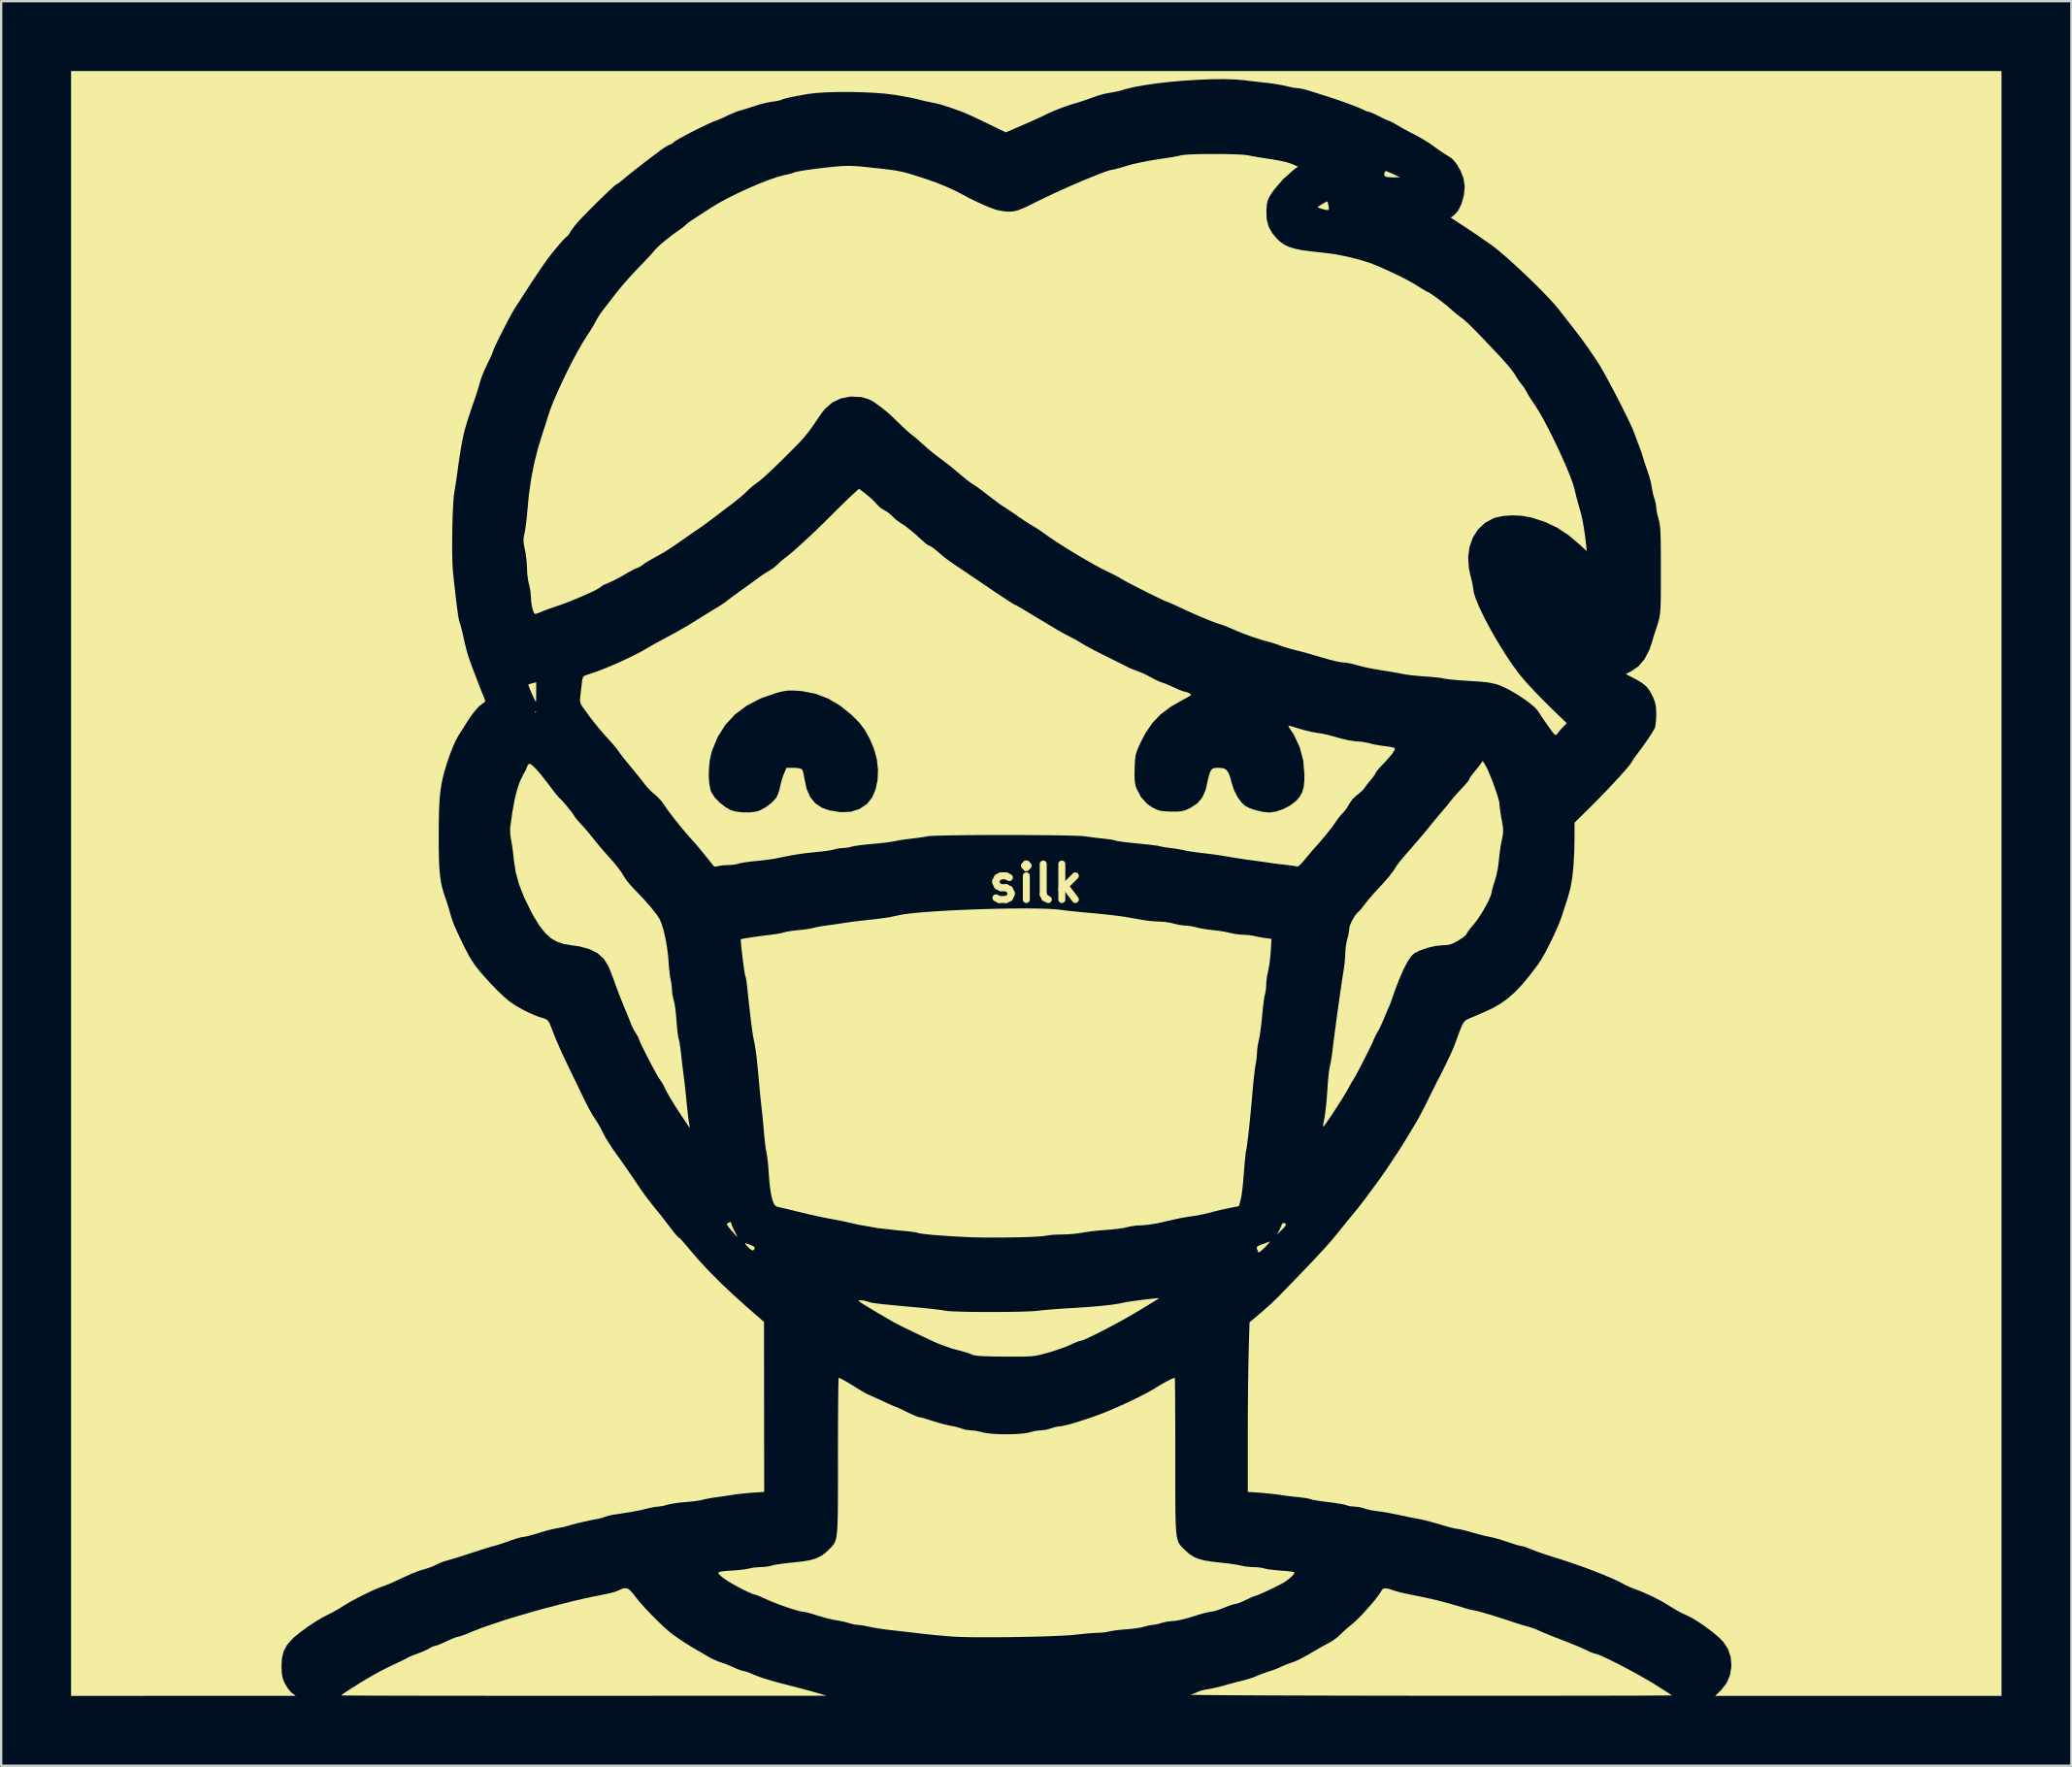
<source format=kicad_pcb>
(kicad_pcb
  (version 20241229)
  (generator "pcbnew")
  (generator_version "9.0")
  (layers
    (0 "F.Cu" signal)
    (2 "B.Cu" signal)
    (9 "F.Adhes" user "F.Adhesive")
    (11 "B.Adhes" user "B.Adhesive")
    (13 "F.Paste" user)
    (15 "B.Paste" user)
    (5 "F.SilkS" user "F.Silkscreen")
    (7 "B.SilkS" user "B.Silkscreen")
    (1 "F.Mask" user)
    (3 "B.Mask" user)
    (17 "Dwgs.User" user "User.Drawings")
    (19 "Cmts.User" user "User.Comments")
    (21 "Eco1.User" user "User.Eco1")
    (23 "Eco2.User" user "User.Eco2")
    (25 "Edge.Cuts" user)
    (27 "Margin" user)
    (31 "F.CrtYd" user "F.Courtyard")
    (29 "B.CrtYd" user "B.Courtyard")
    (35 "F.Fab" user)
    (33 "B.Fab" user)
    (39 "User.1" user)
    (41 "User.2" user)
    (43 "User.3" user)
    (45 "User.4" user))
  (footprint "silk"
    (layer "F.Cu")
    (at 41.409 34.883)
    (property "Reference" "silk" (at 0 0 0) (layer "F.SilkS") (effects (font (size 1.524 1.524) (thickness 0.3))))
    (attr board_only exclude_from_pos_files exclude_from_bom)
    (fp_poly (pts (xy -21.44 -7.366) (xy -21.468 -7.338) (xy -21.497 -7.366) (xy -21.468 -7.394)) (stroke (width 0) (type solid)) (fill yes) (layer "F.SilkS"))
    (fp_poly (pts (xy 9.972 15.488) (xy 9.862 15.61) (xy 9.729 15.732) (xy 9.576 15.856) (xy 9.516 15.724) (xy 9.49 15.646) (xy 9.511 15.592) (xy 9.602 15.541) (xy 9.759 15.48) (xy 10.063 15.368)) (stroke (width 0) (type solid)) (fill yes) (layer "F.SilkS"))
    (fp_poly (pts (xy 15.107 -30.565) (xy 15.242 -30.507) (xy 15.359 -30.453) (xy 15.642 -30.32) (xy 15.359 -30.316) (xy 15.18 -30.323) (xy 15.043 -30.344) (xy 15.003 -30.358) (xy 14.966 -30.43) (xy 14.975 -30.525) (xy 15.02 -30.586) (xy 15.04 -30.589)) (stroke (width 0) (type solid)) (fill yes) (layer "F.SilkS"))
    (fp_poly (pts (xy -12.354 15.477) (xy -12.28 15.505) (xy -12.127 15.571) (xy -12.062 15.624) (xy -12.068 15.685) (xy -12.094 15.73) (xy -12.152 15.76) (xy -12.25 15.702) (xy -12.251 15.702) (xy -12.37 15.589) (xy -12.438 15.511) (xy -12.475 15.455) (xy -12.453 15.444)) (stroke (width 0) (type solid)) (fill yes) (layer "F.SilkS"))
    (fp_poly (pts (xy 10.727 14.605) (xy 10.734 14.609) (xy 10.745 14.663) (xy 10.674 14.766) (xy 10.537 14.904) (xy 10.419 15.012) (xy 10.357 15.062) (xy 10.363 15.044) (xy 10.367 15.039) (xy 10.456 14.9) (xy 10.527 14.742) (xy 10.583 14.609) (xy 10.641 14.569)) (stroke (width 0) (type solid)) (fill yes) (layer "F.SilkS"))
    (fp_poly (pts (xy -21.44 -8.214) (xy -21.442 -8.011) (xy -21.446 -7.862) (xy -21.453 -7.793) (xy -21.454 -7.791) (xy -21.482 -7.839) (xy -21.543 -7.964) (xy -21.624 -8.141) (xy -21.632 -8.159) (xy -21.71 -8.341) (xy -21.761 -8.478) (xy -21.775 -8.543) (xy -21.774 -8.544) (xy -21.708 -8.57) (xy -21.596 -8.601) (xy -21.44 -8.638)) (stroke (width 0) (type solid)) (fill yes) (layer "F.SilkS"))
    (fp_poly (pts (xy 12.548 -29.222) (xy 12.575 -29.096) (xy 12.577 -29.083) (xy 12.592 -28.967) (xy 12.563 -28.915) (xy 12.471 -28.916) (xy 12.293 -28.962) (xy 12.29 -28.963) (xy 12.166 -29.004) (xy 12.107 -29.034) (xy 12.106 -29.037) (xy 12.149 -29.076) (xy 12.251 -29.142) (xy 12.375 -29.214) (xy 12.48 -29.268) (xy 12.529 -29.283)) (stroke (width 0) (type solid)) (fill yes) (layer "F.SilkS"))
    (fp_poly (pts (xy -13.068 14.572) (xy -13.068 14.58) (xy -13.043 14.672) (xy -12.978 14.822) (xy -12.928 14.921) (xy -12.852 15.067) (xy -12.807 15.161) (xy -12.801 15.181) (xy -12.841 15.141) (xy -12.935 15.038) (xy -13.056 14.902) (xy -13.183 14.752) (xy -13.244 14.663) (xy -13.247 14.611) (xy -13.2 14.573) (xy -13.183 14.564) (xy -13.094 14.531)) (stroke (width 0) (type solid)) (fill yes) (layer "F.SilkS"))
    (fp_poly (pts (xy 5.3 17.805) (xy 5.258 17.835) (xy 5.134 17.914) (xy 4.944 18.032) (xy 4.702 18.18) (xy 4.452 18.332) (xy 4.135 18.519) (xy 3.79 18.715) (xy 3.433 18.911) (xy 3.079 19.099) (xy 2.745 19.272) (xy 2.447 19.42) (xy 2.198 19.537) (xy 2.017 19.613) (xy 1.917 19.641) (xy 1.917 19.641) (xy 1.821 19.666) (xy 1.662 19.729) (xy 1.493 19.807) (xy 1.295 19.892) (xy 1.028 19.991) (xy 0.732 20.088) (xy 0.537 20.146) (xy 0.331 20.203) (xy 0.159 20.246) (xy 0.001 20.277) (xy -0.166 20.297) (xy -0.361 20.309) (xy -0.606 20.315) (xy -0.923 20.316) (xy -1.329 20.314) (xy -1.782 20.31) (xy -2.134 20.301) (xy -2.394 20.288) (xy -2.574 20.27) (xy -2.686 20.245) (xy -2.716 20.233) (xy -2.856 20.175) (xy -3.049 20.114) (xy -3.14 20.091) (xy -3.612 19.963) (xy -4.058 19.805) (xy -4.186 19.753) (xy -4.351 19.681) (xy -4.587 19.573) (xy -4.868 19.441) (xy -5.17 19.296) (xy -5.47 19.152) (xy -5.741 19.018) (xy -5.961 18.907) (xy -6.103 18.832) (xy -6.11 18.828) (xy -6.399 18.661) (xy -6.694 18.488) (xy -6.974 18.322) (xy -7.215 18.176) (xy -7.394 18.065) (xy -7.461 18.022) (xy -7.578 17.94) (xy -7.608 17.903) (xy -7.556 17.893) (xy -7.507 17.893) (xy -7.343 17.914) (xy -7.202 17.955) (xy -7.14 17.976) (xy -7.059 17.996) (xy -6.948 18.016) (xy -6.794 18.037) (xy -6.585 18.061) (xy -6.309 18.089) (xy -5.953 18.123) (xy -5.506 18.165) (xy -5.12 18.199) (xy -4.773 18.232) (xy -4.449 18.267) (xy -4.17 18.3) (xy -3.961 18.328) (xy -3.86 18.346) (xy -3.73 18.362) (xy -3.505 18.375) (xy -3.202 18.385) (xy -2.84 18.393) (xy -2.435 18.398) (xy -2.007 18.399) (xy -1.573 18.398) (xy -1.151 18.395) (xy -0.758 18.388) (xy -0.413 18.378) (xy -0.133 18.366) (xy 0.064 18.351) (xy 0.102 18.346) (xy 0.285 18.325) (xy 0.553 18.3) (xy 0.879 18.274) (xy 1.238 18.249) (xy 1.527 18.232) (xy 2.203 18.189) (xy 2.77 18.142) (xy 3.234 18.091) (xy 3.599 18.035) (xy 3.79 17.995) (xy 3.912 17.971) (xy 4.105 17.942) (xy 4.342 17.908) (xy 4.598 17.875) (xy 4.847 17.845) (xy 5.064 17.821) (xy 5.223 17.806) (xy 5.298 17.805)) (stroke (width 0) (type solid)) (fill yes) (layer "F.SilkS"))
    (fp_poly (pts (xy -17.429 30.331) (xy -17.283 30.489) (xy -17.196 30.606) (xy -17.031 30.814) (xy -16.803 31.071) (xy -16.537 31.354) (xy -16.255 31.638) (xy -15.982 31.9) (xy -15.74 32.115) (xy -15.609 32.221) (xy -15.339 32.413) (xy -15.025 32.621) (xy -14.718 32.812) (xy -14.539 32.915) (xy -14.371 33.011) (xy -14.169 33.13) (xy -14.074 33.188) (xy -13.86 33.303) (xy -13.628 33.403) (xy -13.536 33.435) (xy -13.325 33.508) (xy -13.084 33.605) (xy -12.955 33.663) (xy -12.773 33.742) (xy -12.622 33.795) (xy -12.551 33.81) (xy -12.452 33.832) (xy -12.291 33.89) (xy -12.155 33.948) (xy -11.94 34.037) (xy -11.673 34.129) (xy -11.34 34.23) (xy -10.925 34.344) (xy -10.437 34.47) (xy -10.132 34.549) (xy -9.804 34.636) (xy -9.51 34.718) (xy -9.419 34.744) (xy -8.966 34.876) (xy -19.389 34.88) (xy -20.466 34.88) (xy -21.513 34.88) (xy -22.523 34.88) (xy -23.491 34.879) (xy -24.411 34.878) (xy -25.279 34.878) (xy -26.088 34.877) (xy -26.832 34.875) (xy -27.507 34.874) (xy -28.107 34.873) (xy -28.626 34.871) (xy -29.058 34.869) (xy -29.398 34.867) (xy -29.64 34.865) (xy -29.779 34.863) (xy -29.812 34.861) (xy -29.769 34.823) (xy -29.654 34.741) (xy -29.492 34.634) (xy -29.487 34.631) (xy -28.975 34.308) (xy -28.53 34.042) (xy -28.129 33.819) (xy -27.75 33.628) (xy -27.606 33.56) (xy -27.365 33.448) (xy -27.159 33.348) (xy -27.012 33.274) (xy -26.95 33.238) (xy -26.865 33.194) (xy -26.71 33.131) (xy -26.562 33.077) (xy -26.348 32.995) (xy -26.149 32.904) (xy -26.052 32.852) (xy -25.911 32.777) (xy -25.801 32.739) (xy -25.788 32.738) (xy -25.702 32.715) (xy -25.545 32.653) (xy -25.347 32.565) (xy -25.295 32.54) (xy -25.09 32.447) (xy -24.917 32.378) (xy -24.806 32.344) (xy -24.792 32.343) (xy -24.697 32.321) (xy -24.535 32.264) (xy -24.338 32.184) (xy -24.33 32.18) (xy -24.077 32.076) (xy -23.783 31.963) (xy -23.533 31.875) (xy -23.305 31.799) (xy -23.097 31.729) (xy -22.951 31.679) (xy -22.939 31.675) (xy -22.767 31.618) (xy -22.514 31.54) (xy -22.212 31.449) (xy -21.889 31.354) (xy -21.576 31.263) (xy -21.3 31.186) (xy -21.101 31.132) (xy -20.854 31.069) (xy -20.602 31.003) (xy -20.45 30.963) (xy -19.908 30.825) (xy -19.39 30.703) (xy -18.979 30.617) (xy -18.631 30.547) (xy -18.374 30.494) (xy -18.19 30.451) (xy -18.058 30.415) (xy -17.961 30.379) (xy -17.88 30.341) (xy -17.703 30.267) (xy -17.56 30.261)) (stroke (width 0) (type solid)) (fill yes) (layer "F.SilkS"))
    (fp_poly (pts (xy 15.161 30.285) (xy 15.338 30.342) (xy 15.474 30.388) (xy 15.625 30.43) (xy 15.812 30.475) (xy 16.058 30.527) (xy 16.386 30.592) (xy 16.518 30.618) (xy 17.116 30.748) (xy 17.766 30.917) (xy 18.49 31.132) (xy 18.498 31.135) (xy 18.669 31.182) (xy 18.803 31.21) (xy 18.838 31.213) (xy 18.924 31.229) (xy 19.098 31.276) (xy 19.342 31.347) (xy 19.636 31.436) (xy 19.961 31.538) (xy 20.299 31.647) (xy 20.563 31.735) (xy 20.788 31.807) (xy 21.009 31.872) (xy 21.129 31.904) (xy 21.317 31.962) (xy 21.536 32.047) (xy 21.638 32.093) (xy 21.804 32.166) (xy 22.043 32.265) (xy 22.323 32.377) (xy 22.6 32.483) (xy 22.897 32.598) (xy 23.191 32.718) (xy 23.447 32.828) (xy 23.618 32.908) (xy 23.805 32.994) (xy 23.96 33.055) (xy 24.046 33.076) (xy 24.142 33.103) (xy 24.32 33.177) (xy 24.562 33.291) (xy 24.853 33.434) (xy 25.176 33.599) (xy 25.513 33.778) (xy 25.849 33.961) (xy 26.167 34.14) (xy 26.449 34.306) (xy 26.582 34.388) (xy 26.833 34.547) (xy 27.049 34.684) (xy 27.212 34.789) (xy 27.304 34.85) (xy 27.319 34.86) (xy 27.265 34.862) (xy 27.105 34.864) (xy 26.842 34.867) (xy 26.483 34.868) (xy 26.033 34.87) (xy 25.497 34.872) (xy 24.882 34.873) (xy 24.192 34.874) (xy 23.434 34.875) (xy 22.613 34.876) (xy 21.734 34.877) (xy 20.804 34.877) (xy 19.826 34.878) (xy 18.808 34.878) (xy 17.755 34.877) (xy 16.91 34.877) (xy 15.835 34.876) (xy 14.793 34.875) (xy 13.788 34.873) (xy 12.827 34.871) (xy 11.915 34.869) (xy 11.056 34.866) (xy 10.258 34.864) (xy 9.524 34.86) (xy 8.861 34.857) (xy 8.274 34.854) (xy 7.768 34.85) (xy 7.349 34.846) (xy 7.023 34.842) (xy 6.794 34.838) (xy 6.669 34.834) (xy 6.647 34.83) (xy 6.824 34.773) (xy 6.958 34.712) (xy 7.095 34.66) (xy 7.291 34.612) (xy 7.411 34.592) (xy 7.633 34.551) (xy 7.899 34.489) (xy 8.118 34.429) (xy 8.385 34.352) (xy 8.673 34.276) (xy 8.875 34.227) (xy 9.116 34.163) (xy 9.357 34.083) (xy 9.493 34.028) (xy 9.712 33.938) (xy 9.956 33.851) (xy 10.037 33.826) (xy 10.257 33.752) (xy 10.473 33.663) (xy 10.545 33.629) (xy 10.745 33.54) (xy 10.97 33.457) (xy 11.029 33.439) (xy 11.195 33.374) (xy 11.419 33.266) (xy 11.662 33.134) (xy 11.77 33.071) (xy 12.019 32.924) (xy 12.274 32.778) (xy 12.492 32.659) (xy 12.559 32.625) (xy 12.764 32.504) (xy 12.956 32.363) (xy 13.048 32.278) (xy 13.182 32.148) (xy 13.367 31.983) (xy 13.565 31.817) (xy 13.579 31.806) (xy 13.75 31.655) (xy 13.956 31.45) (xy 14.176 31.215) (xy 14.393 30.971) (xy 14.588 30.738) (xy 14.74 30.538) (xy 14.832 30.393) (xy 14.838 30.381) (xy 14.903 30.292) (xy 15.002 30.26)) (stroke (width 0) (type solid)) (fill yes) (layer "F.SilkS"))
    (fp_poly (pts (xy -21.581 -5.052) (xy -21.422 -4.89) (xy -21.212 -4.643) (xy -20.948 -4.305) (xy -20.802 -4.111) (xy -20.658 -3.922) (xy -20.537 -3.771) (xy -20.456 -3.678) (xy -20.434 -3.66) (xy -20.377 -3.609) (xy -20.273 -3.495) (xy -20.145 -3.345) (xy -20.013 -3.184) (xy -19.897 -3.037) (xy -19.82 -2.929) (xy -19.8 -2.889) (xy -19.764 -2.832) (xy -19.668 -2.716) (xy -19.533 -2.565) (xy -19.503 -2.532) (xy -19.315 -2.324) (xy -19.122 -2.095) (xy -18.979 -1.916) (xy -18.838 -1.739) (xy -18.652 -1.517) (xy -18.45 -1.285) (xy -18.357 -1.182) (xy -18.118 -0.912) (xy -17.934 -0.687) (xy -17.778 -0.471) (xy -17.626 -0.231) (xy -17.608 -0.201) (xy -17.523 -0.085) (xy -17.383 0.08) (xy -17.212 0.267) (xy -17.141 0.34) (xy -16.795 0.704) (xy -16.505 1.036) (xy -16.28 1.32) (xy -16.145 1.524) (xy -16.056 1.731) (xy -15.968 2.023) (xy -15.888 2.375) (xy -15.821 2.759) (xy -15.773 3.149) (xy -15.756 3.366) (xy -15.736 3.632) (xy -15.71 3.876) (xy -15.683 4.062) (xy -15.668 4.128) (xy -15.631 4.315) (xy -15.614 4.524) (xy -15.613 4.55) (xy -15.593 4.767) (xy -15.543 4.984) (xy -15.537 5.002) (xy -15.502 5.15) (xy -15.467 5.376) (xy -15.437 5.646) (xy -15.421 5.852) (xy -15.399 6.128) (xy -15.373 6.381) (xy -15.344 6.578) (xy -15.323 6.67) (xy -15.29 6.815) (xy -15.255 7.032) (xy -15.224 7.278) (xy -15.218 7.338) (xy -15.186 7.633) (xy -15.148 7.953) (xy -15.112 8.231) (xy -15.111 8.241) (xy -15.08 8.481) (xy -15.045 8.787) (xy -15.011 9.113) (xy -14.992 9.313) (xy -14.963 9.604) (xy -14.932 9.882) (xy -14.904 10.111) (xy -14.886 10.231) (xy -14.86 10.386) (xy -14.847 10.483) (xy -14.847 10.499) (xy -14.879 10.454) (xy -14.962 10.332) (xy -15.085 10.148) (xy -15.237 9.92) (xy -15.311 9.807) (xy -15.487 9.535) (xy -15.65 9.269) (xy -15.785 9.038) (xy -15.876 8.866) (xy -15.891 8.834) (xy -15.982 8.651) (xy -16.075 8.496) (xy -16.119 8.439) (xy -16.174 8.357) (xy -16.267 8.198) (xy -16.384 7.984) (xy -16.517 7.735) (xy -16.653 7.472) (xy -16.783 7.217) (xy -16.895 6.989) (xy -16.979 6.81) (xy -17.023 6.7) (xy -17.028 6.68) (xy -17.057 6.606) (xy -17.13 6.48) (xy -17.16 6.434) (xy -17.263 6.261) (xy -17.344 6.092) (xy -17.353 6.068) (xy -17.401 5.945) (xy -17.48 5.749) (xy -17.578 5.51) (xy -17.652 5.334) (xy -17.772 5.038) (xy -17.896 4.721) (xy -18.005 4.432) (xy -18.045 4.318) (xy -18.14 4.056) (xy -18.244 3.788) (xy -18.336 3.567) (xy -18.343 3.55) (xy -18.535 3.239) (xy -18.803 2.996) (xy -19.155 2.818) (xy -19.596 2.7) (xy -19.895 2.658) (xy -20.249 2.6) (xy -20.552 2.5) (xy -20.817 2.344) (xy -21.061 2.12) (xy -21.297 1.817) (xy -21.541 1.422) (xy -21.657 1.209) (xy -21.955 0.605) (xy -22.173 0.049) (xy -22.319 -0.482) (xy -22.401 -1.012) (xy -22.404 -1.044) (xy -22.433 -1.322) (xy -22.469 -1.59) (xy -22.504 -1.808) (xy -22.52 -1.881) (xy -22.554 -2.111) (xy -22.559 -2.352) (xy -22.553 -2.418) (xy -22.465 -3.056) (xy -22.367 -3.592) (xy -22.257 -4.037) (xy -22.132 -4.401) (xy -21.988 -4.694) (xy -21.96 -4.741) (xy -21.882 -4.881) (xy -21.839 -4.985) (xy -21.836 -5.003) (xy -21.797 -5.091) (xy -21.76 -5.129) (xy -21.692 -5.13)) (stroke (width 0) (type solid)) (fill yes) (layer "F.SilkS"))
    (fp_poly (pts (xy 19.304 -5.086) (xy 19.384 -4.935) (xy 19.482 -4.714) (xy 19.589 -4.45) (xy 19.694 -4.169) (xy 19.788 -3.897) (xy 19.862 -3.661) (xy 19.905 -3.487) (xy 19.912 -3.424) (xy 19.923 -3.286) (xy 19.951 -3.077) (xy 19.991 -2.834) (xy 20.006 -2.754) (xy 20.051 -2.505) (xy 20.071 -2.322) (xy 20.066 -2.162) (xy 20.038 -1.982) (xy 20.01 -1.851) (xy 19.959 -1.577) (xy 19.915 -1.26) (xy 19.887 -0.982) (xy 19.848 -0.669) (xy 19.779 -0.337) (xy 19.714 -0.111) (xy 19.646 0.098) (xy 19.597 0.272) (xy 19.574 0.378) (xy 19.573 0.387) (xy 19.542 0.516) (xy 19.459 0.712) (xy 19.338 0.95) (xy 19.192 1.204) (xy 19.035 1.45) (xy 18.882 1.663) (xy 18.814 1.746) (xy 18.67 1.918) (xy 18.56 2.064) (xy 18.503 2.158) (xy 18.498 2.175) (xy 18.453 2.234) (xy 18.334 2.328) (xy 18.165 2.438) (xy 18.151 2.447) (xy 17.939 2.563) (xy 17.768 2.626) (xy 17.59 2.65) (xy 17.47 2.653) (xy 17.151 2.685) (xy 16.796 2.77) (xy 16.458 2.893) (xy 16.253 2.999) (xy 16.119 3.128) (xy 15.966 3.359) (xy 15.797 3.684) (xy 15.617 4.096) (xy 15.428 4.585) (xy 15.266 5.052) (xy 15.211 5.202) (xy 15.163 5.31) (xy 15.12 5.404) (xy 15.05 5.569) (xy 14.967 5.771) (xy 14.96 5.79) (xy 14.863 6.015) (xy 14.762 6.228) (xy 14.679 6.378) (xy 14.587 6.543) (xy 14.518 6.694) (xy 14.51 6.717) (xy 14.469 6.814) (xy 14.388 6.987) (xy 14.277 7.213) (xy 14.148 7.469) (xy 14.012 7.735) (xy 13.881 7.988) (xy 13.765 8.205) (xy 13.677 8.365) (xy 13.626 8.446) (xy 13.626 8.446) (xy 13.57 8.532) (xy 13.488 8.677) (xy 13.446 8.757) (xy 13.36 8.912) (xy 13.237 9.119) (xy 13.088 9.357) (xy 12.927 9.61) (xy 12.765 9.858) (xy 12.614 10.083) (xy 12.486 10.268) (xy 12.393 10.394) (xy 12.347 10.442) (xy 12.346 10.442) (xy 12.338 10.396) (xy 12.354 10.309) (xy 12.399 10.08) (xy 12.443 9.764) (xy 12.484 9.389) (xy 12.518 8.98) (xy 12.533 8.749) (xy 12.553 8.464) (xy 12.579 8.198) (xy 12.607 7.983) (xy 12.628 7.874) (xy 12.667 7.693) (xy 12.707 7.458) (xy 12.731 7.281) (xy 12.79 6.801) (xy 12.859 6.268) (xy 12.934 5.707) (xy 13.012 5.146) (xy 13.088 4.612) (xy 13.159 4.132) (xy 13.221 3.732) (xy 13.231 3.669) (xy 13.265 3.413) (xy 13.287 3.142) (xy 13.293 2.986) (xy 13.31 2.743) (xy 13.353 2.491) (xy 13.378 2.394) (xy 13.429 2.191) (xy 13.459 2.001) (xy 13.463 1.936) (xy 13.496 1.793) (xy 13.578 1.607) (xy 13.687 1.418) (xy 13.8 1.268) (xy 13.864 1.211) (xy 13.924 1.151) (xy 14.027 1.027) (xy 14.137 0.885) (xy 14.292 0.689) (xy 14.485 0.465) (xy 14.659 0.275) (xy 14.94 -0.029) (xy 15.175 -0.303) (xy 15.351 -0.531) (xy 15.444 -0.677) (xy 15.517 -0.789) (xy 15.641 -0.951) (xy 15.79 -1.13) (xy 15.806 -1.149) (xy 16.092 -1.477) (xy 16.317 -1.736) (xy 16.493 -1.942) (xy 16.636 -2.11) (xy 16.757 -2.256) (xy 16.871 -2.396) (xy 16.943 -2.485) (xy 17.117 -2.698) (xy 17.301 -2.919) (xy 17.454 -3.098) (xy 17.608 -3.279) (xy 17.757 -3.462) (xy 17.83 -3.556) (xy 17.944 -3.695) (xy 18.104 -3.877) (xy 18.278 -4.065) (xy 18.295 -4.082) (xy 18.443 -4.242) (xy 18.554 -4.376) (xy 18.609 -4.459) (xy 18.612 -4.47) (xy 18.646 -4.545) (xy 18.734 -4.668) (xy 18.795 -4.743) (xy 18.93 -4.905) (xy 19.051 -5.061) (xy 19.086 -5.109) (xy 19.192 -5.262)) (stroke (width 0) (type solid)) (fill yes) (layer "F.SilkS"))
    (fp_poly (pts (xy 0.079 1.076) (xy 0.501 1.088) (xy 0.843 1.107) (xy 1.047 1.129) (xy 1.265 1.157) (xy 1.563 1.19) (xy 1.909 1.225) (xy 2.269 1.259) (xy 2.433 1.274) (xy 2.792 1.308) (xy 3.155 1.346) (xy 3.487 1.386) (xy 3.756 1.422) (xy 3.847 1.437) (xy 4.123 1.484) (xy 4.406 1.533) (xy 4.642 1.573) (xy 4.667 1.578) (xy 4.921 1.612) (xy 5.193 1.633) (xy 5.323 1.637) (xy 5.566 1.653) (xy 5.819 1.696) (xy 5.917 1.721) (xy 6.133 1.772) (xy 6.35 1.803) (xy 6.421 1.806) (xy 6.622 1.825) (xy 6.846 1.869) (xy 6.905 1.886) (xy 7.093 1.93) (xy 7.341 1.971) (xy 7.599 2.002) (xy 7.613 2.003) (xy 7.873 2.033) (xy 8.132 2.075) (xy 8.334 2.12) (xy 8.34 2.122) (xy 8.575 2.171) (xy 8.825 2.199) (xy 8.899 2.201) (xy 9.116 2.213) (xy 9.325 2.242) (xy 9.384 2.256) (xy 9.573 2.297) (xy 9.794 2.335) (xy 9.858 2.344) (xy 10.128 2.378) (xy 10.094 2.925) (xy 10.07 3.203) (xy 10.035 3.475) (xy 9.995 3.698) (xy 9.98 3.762) (xy 9.931 3.999) (xy 9.903 4.251) (xy 9.9 4.337) (xy 9.889 4.536) (xy 9.861 4.709) (xy 9.845 4.764) (xy 9.82 4.873) (xy 9.791 5.068) (xy 9.76 5.324) (xy 9.732 5.613) (xy 9.728 5.657) (xy 9.697 5.97) (xy 9.66 6.273) (xy 9.622 6.533) (xy 9.585 6.716) (xy 9.584 6.721) (xy 9.538 6.946) (xy 9.509 7.17) (xy 9.504 7.27) (xy 9.49 7.487) (xy 9.455 7.714) (xy 9.448 7.746) (xy 9.425 7.88) (xy 9.397 8.103) (xy 9.364 8.392) (xy 9.331 8.724) (xy 9.304 9.031) (xy 9.26 9.53) (xy 9.215 10.006) (xy 9.17 10.446) (xy 9.127 10.833) (xy 9.087 11.151) (xy 9.054 11.387) (xy 9.029 11.515) (xy 9.013 11.621) (xy 8.992 11.814) (xy 8.968 12.072) (xy 8.945 12.368) (xy 8.937 12.474) (xy 8.911 12.794) (xy 8.879 13.098) (xy 8.845 13.358) (xy 8.812 13.542) (xy 8.804 13.573) (xy 8.729 13.853) (xy 8.253 13.95) (xy 7.985 14.008) (xy 7.713 14.072) (xy 7.491 14.13) (xy 7.467 14.137) (xy 7.239 14.193) (xy 6.966 14.248) (xy 6.76 14.281) (xy 6.564 14.309) (xy 6.383 14.339) (xy 6.193 14.375) (xy 5.966 14.423) (xy 5.677 14.488) (xy 5.362 14.561) (xy 5.089 14.615) (xy 4.81 14.656) (xy 4.577 14.675) (xy 4.537 14.676) (xy 4.295 14.69) (xy 4.048 14.728) (xy 3.937 14.756) (xy 3.768 14.793) (xy 3.523 14.829) (xy 3.239 14.859) (xy 3.037 14.875) (xy 2.731 14.899) (xy 2.419 14.932) (xy 2.147 14.969) (xy 2.019 14.992) (xy 1.768 15.03) (xy 1.465 15.059) (xy 1.172 15.071) (xy 1.142 15.071) (xy 0.889 15.077) (xy 0.656 15.093) (xy 0.483 15.116) (xy 0.453 15.123) (xy 0.315 15.143) (xy 0.082 15.161) (xy -0.228 15.177) (xy -0.597 15.189) (xy -1.006 15.197) (xy -1.438 15.202) (xy -1.875 15.203) (xy -2.298 15.2) (xy -2.689 15.192) (xy -2.998 15.18) (xy -3.495 15.154) (xy -3.945 15.125) (xy -4.337 15.096) (xy -4.658 15.066) (xy -4.897 15.037) (xy -5.04 15.01) (xy -5.072 14.998) (xy -5.151 14.978) (xy -5.319 14.954) (xy -5.551 14.928) (xy -5.823 14.903) (xy -5.836 14.902) (xy -6.745 14.802) (xy -7.611 14.651) (xy -7.92 14.581) (xy -8.166 14.525) (xy -8.419 14.472) (xy -8.57 14.444) (xy -9.104 14.343) (xy -9.714 14.209) (xy -10.211 14.09) (xy -10.476 14.025) (xy -10.725 13.966) (xy -10.922 13.92) (xy -10.996 13.904) (xy -11.122 13.869) (xy -11.2 13.813) (xy -11.258 13.705) (xy -11.313 13.54) (xy -11.355 13.355) (xy -11.396 13.093) (xy -11.43 12.792) (xy -11.451 12.524) (xy -11.471 12.227) (xy -11.498 11.946) (xy -11.526 11.713) (xy -11.551 11.571) (xy -11.582 11.401) (xy -11.615 11.159) (xy -11.644 10.886) (xy -11.656 10.753) (xy -11.684 10.432) (xy -11.717 10.08) (xy -11.751 9.759) (xy -11.76 9.68) (xy -11.79 9.41) (xy -11.824 9.074) (xy -11.857 8.721) (xy -11.88 8.467) (xy -11.928 7.947) (xy -11.971 7.526) (xy -12.013 7.19) (xy -12.055 6.927) (xy -12.097 6.721) (xy -12.098 6.717) (xy -12.131 6.549) (xy -12.171 6.278) (xy -12.219 5.917) (xy -12.271 5.475) (xy -12.328 4.963) (xy -12.385 4.428) (xy -12.41 4.221) (xy -12.438 4.057) (xy -12.463 3.969) (xy -12.464 3.968) (xy -12.481 3.897) (xy -12.507 3.742) (xy -12.537 3.528) (xy -12.57 3.279) (xy -12.601 3.021) (xy -12.628 2.779) (xy -12.648 2.576) (xy -12.658 2.439) (xy -12.656 2.393) (xy -12.595 2.378) (xy -12.446 2.352) (xy -12.234 2.319) (xy -11.983 2.282) (xy -11.717 2.246) (xy -11.461 2.214) (xy -11.371 2.203) (xy -11.143 2.172) (xy -10.942 2.136) (xy -10.81 2.102) (xy -10.805 2.1) (xy -10.683 2.07) (xy -10.486 2.038) (xy -10.25 2.01) (xy -10.187 2.004) (xy -9.942 1.978) (xy -9.72 1.946) (xy -9.56 1.914) (xy -9.536 1.907) (xy -9.386 1.871) (xy -9.175 1.833) (xy -8.995 1.807) (xy -8.723 1.77) (xy -8.424 1.726) (xy -8.259 1.701) (xy -8.038 1.668) (xy -7.75 1.63) (xy -7.444 1.594) (xy -7.298 1.578) (xy -6.859 1.529) (xy -6.508 1.483) (xy -6.223 1.437) (xy -5.979 1.387) (xy -5.883 1.365) (xy -5.652 1.321) (xy -5.323 1.28) (xy -4.911 1.241) (xy -4.43 1.205) (xy -3.896 1.172) (xy -3.324 1.143) (xy -2.728 1.118) (xy -2.124 1.098) (xy -1.526 1.083) (xy -0.949 1.074) (xy -0.409 1.072)) (stroke (width 0) (type solid)) (fill yes) (layer "F.SilkS"))
    (fp_poly (pts (xy 5.978 21.278) (xy 5.982 21.436) (xy 5.985 21.687) (xy 5.989 22.022) (xy 5.991 22.431) (xy 5.993 22.904) (xy 5.995 23.431) (xy 5.996 24.003) (xy 5.996 24.61) (xy 5.996 24.612) (xy 5.996 25.336) (xy 5.996 25.956) (xy 5.998 26.481) (xy 6.001 26.921) (xy 6.008 27.283) (xy 6.019 27.578) (xy 6.034 27.813) (xy 6.055 27.999) (xy 6.083 28.143) (xy 6.119 28.256) (xy 6.162 28.345) (xy 6.216 28.421) (xy 6.279 28.491) (xy 6.354 28.566) (xy 6.4 28.611) (xy 6.587 28.78) (xy 6.779 28.907) (xy 6.999 29.001) (xy 7.272 29.071) (xy 7.62 29.125) (xy 7.884 29.154) (xy 8.182 29.187) (xy 8.455 29.223) (xy 8.677 29.258) (xy 8.817 29.287) (xy 8.825 29.29) (xy 8.997 29.325) (xy 9.219 29.347) (xy 9.344 29.351) (xy 9.554 29.362) (xy 9.742 29.389) (xy 9.823 29.411) (xy 9.947 29.44) (xy 10.15 29.469) (xy 10.398 29.494) (xy 10.536 29.504) (xy 10.774 29.522) (xy 10.967 29.543) (xy 11.087 29.564) (xy 11.115 29.576) (xy 11.095 29.642) (xy 11 29.749) (xy 10.852 29.876) (xy 10.689 29.992) (xy 10.562 30.066) (xy 10.374 30.163) (xy 10.152 30.273) (xy 9.921 30.383) (xy 9.706 30.481) (xy 9.533 30.555) (xy 9.428 30.592) (xy 9.414 30.595) (xy 9.34 30.619) (xy 9.197 30.681) (xy 9.024 30.764) (xy 8.835 30.85) (xy 8.674 30.911) (xy 8.583 30.932) (xy 8.483 30.953) (xy 8.313 31.009) (xy 8.109 31.089) (xy 8.081 31.101) (xy 7.865 31.184) (xy 7.67 31.244) (xy 7.534 31.27) (xy 7.526 31.27) (xy 7.409 31.288) (xy 7.215 31.335) (xy 6.973 31.404) (xy 6.772 31.468) (xy 6.485 31.554) (xy 6.214 31.621) (xy 5.993 31.661) (xy 5.901 31.668) (xy 5.678 31.688) (xy 5.457 31.734) (xy 5.402 31.752) (xy 5.221 31.804) (xy 5.056 31.832) (xy 5.028 31.834) (xy 4.876 31.853) (xy 4.693 31.9) (xy 4.66 31.911) (xy 4.504 31.949) (xy 4.275 31.985) (xy 4.013 32.014) (xy 3.903 32.022) (xy 3.642 32.044) (xy 3.402 32.073) (xy 3.22 32.103) (xy 3.168 32.116) (xy 2.99 32.15) (xy 2.77 32.171) (xy 2.676 32.173) (xy 2.496 32.181) (xy 2.242 32.2) (xy 1.952 32.229) (xy 1.742 32.253) (xy 1.506 32.275) (xy 1.174 32.295) (xy 0.764 32.314) (xy 0.295 32.33) (xy -0.217 32.343) (xy -0.752 32.354) (xy -1.294 32.361) (xy -1.825 32.365) (xy -2.326 32.365) (xy -2.78 32.362) (xy -3.17 32.353) (xy -3.477 32.341) (xy -3.507 32.339) (xy -3.839 32.314) (xy -4.229 32.28) (xy -4.622 32.24) (xy -4.893 32.21) (xy -5.239 32.169) (xy -5.611 32.126) (xy -5.959 32.087) (xy -6.194 32.061) (xy -6.488 32.025) (xy -6.789 31.98) (xy -7.047 31.934) (xy -7.128 31.917) (xy -7.343 31.873) (xy -7.533 31.843) (xy -7.644 31.834) (xy -7.795 31.815) (xy -7.979 31.769) (xy -8.013 31.757) (xy -8.203 31.703) (xy -8.434 31.655) (xy -8.543 31.638) (xy -8.743 31.6) (xy -9.002 31.537) (xy -9.275 31.46) (xy -9.36 31.433) (xy -9.595 31.361) (xy -9.8 31.306) (xy -9.943 31.274) (xy -9.981 31.27) (xy -10.107 31.25) (xy -10.312 31.195) (xy -10.57 31.114) (xy -10.856 31.016) (xy -11.143 30.909) (xy -11.407 30.802) (xy -11.575 30.727) (xy -11.773 30.637) (xy -11.934 30.57) (xy -12.029 30.538) (xy -12.039 30.536) (xy -12.142 30.509) (xy -12.318 30.435) (xy -12.539 30.328) (xy -12.783 30.202) (xy -13.023 30.068) (xy -13.235 29.94) (xy -13.395 29.831) (xy -13.425 29.807) (xy -13.547 29.704) (xy -13.615 29.631) (xy -13.618 29.582) (xy -13.546 29.55) (xy -13.388 29.528) (xy -13.133 29.508) (xy -12.955 29.496) (xy -12.704 29.475) (xy -12.473 29.446) (xy -12.302 29.415) (xy -12.276 29.408) (xy -12.098 29.374) (xy -11.878 29.354) (xy -11.785 29.351) (xy -11.58 29.339) (xy -11.395 29.307) (xy -11.332 29.288) (xy -11.217 29.259) (xy -11.017 29.226) (xy -10.755 29.191) (xy -10.461 29.159) (xy -10.397 29.153) (xy -9.983 29.107) (xy -9.66 29.049) (xy -9.404 28.971) (xy -9.192 28.865) (xy -9.002 28.722) (xy -8.87 28.596) (xy -8.792 28.518) (xy -8.726 28.448) (xy -8.67 28.377) (xy -8.623 28.296) (xy -8.585 28.196) (xy -8.555 28.069) (xy -8.532 27.905) (xy -8.514 27.695) (xy -8.502 27.43) (xy -8.493 27.101) (xy -8.489 26.7) (xy -8.486 26.217) (xy -8.485 25.643) (xy -8.485 24.97) (xy -8.486 24.612) (xy -8.485 24.005) (xy -8.484 23.433) (xy -8.481 22.905) (xy -8.478 22.432) (xy -8.474 22.023) (xy -8.47 21.688) (xy -8.465 21.436) (xy -8.46 21.278) (xy -8.454 21.223) (xy -8.454 21.223) (xy -8.381 21.252) (xy -8.235 21.328) (xy -8.038 21.441) (xy -7.811 21.578) (xy -7.624 21.695) (xy -7.438 21.809) (xy -7.272 21.903) (xy -7.172 21.951) (xy -7.065 21.996) (xy -6.887 22.076) (xy -6.666 22.177) (xy -6.547 22.233) (xy -6.331 22.332) (xy -6.156 22.41) (xy -6.045 22.457) (xy -6.019 22.465) (xy -5.957 22.488) (xy -5.819 22.551) (xy -5.629 22.642) (xy -5.53 22.691) (xy -5.318 22.792) (xy -5.137 22.869) (xy -5.018 22.912) (xy -4.992 22.916) (xy -4.904 22.933) (xy -4.739 22.979) (xy -4.525 23.045) (xy -4.421 23.079) (xy -4.163 23.158) (xy -3.91 23.227) (xy -3.706 23.272) (xy -3.661 23.28) (xy -3.449 23.322) (xy -3.248 23.38) (xy -3.196 23.4) (xy -3 23.456) (xy -2.793 23.481) (xy -2.783 23.481) (xy -2.592 23.498) (xy -2.37 23.542) (xy -2.286 23.565) (xy -2.086 23.605) (xy -1.809 23.632) (xy -1.485 23.647) (xy -1.144 23.649) (xy -0.815 23.639) (xy -0.528 23.616) (xy -0.313 23.581) (xy -0.255 23.564) (xy -0.041 23.509) (xy 0.186 23.482) (xy 0.214 23.482) (xy 0.425 23.46) (xy 0.631 23.407) (xy 0.659 23.396) (xy 0.836 23.339) (xy 0.998 23.312) (xy 1.014 23.312) (xy 1.168 23.291) (xy 1.412 23.233) (xy 1.729 23.142) (xy 2.102 23.023) (xy 2.517 22.881) (xy 2.659 22.83) (xy 3.057 22.676) (xy 3.493 22.491) (xy 3.94 22.289) (xy 4.37 22.082) (xy 4.758 21.883) (xy 5.077 21.703) (xy 5.181 21.638) (xy 5.377 21.518) (xy 5.583 21.402) (xy 5.771 21.305) (xy 5.913 21.241) (xy 5.974 21.223)) (stroke (width 0) (type solid)) (fill yes) (layer "F.SilkS"))
    (fp_poly (pts (xy -7.273 -16.711) (xy -7.089 -16.557) (xy -6.922 -16.399) (xy -6.824 -16.288) (xy -6.683 -16.146) (xy -6.521 -16.037) (xy -6.497 -16.027) (xy -6.339 -15.933) (xy -6.178 -15.797) (xy -6.146 -15.761) (xy -5.997 -15.619) (xy -5.838 -15.502) (xy -5.804 -15.483) (xy -5.641 -15.379) (xy -5.418 -15.209) (xy -5.156 -14.99) (xy -4.875 -14.736) (xy -4.839 -14.703) (xy -4.708 -14.59) (xy -4.605 -14.519) (xy -4.571 -14.506) (xy -4.496 -14.472) (xy -4.373 -14.387) (xy -4.307 -14.333) (xy -4.138 -14.191) (xy -3.97 -14.05) (xy -3.932 -14.018) (xy -3.797 -13.914) (xy -3.609 -13.778) (xy -3.408 -13.641) (xy -3.253 -13.537) (xy -3.024 -13.383) (xy -2.743 -13.193) (xy -2.429 -12.981) (xy -2.103 -12.76) (xy -2.031 -12.71) (xy -1.726 -12.504) (xy -1.448 -12.319) (xy -1.212 -12.164) (xy -1.033 -12.05) (xy -0.927 -11.986) (xy -0.909 -11.977) (xy -0.809 -11.928) (xy -0.651 -11.839) (xy -0.504 -11.752) (xy -0.313 -11.636) (xy -0.068 -11.489) (xy 0.189 -11.334) (xy 0.283 -11.278) (xy 0.511 -11.142) (xy 0.72 -11.016) (xy 0.881 -10.919) (xy 0.933 -10.887) (xy 1.07 -10.808) (xy 1.266 -10.702) (xy 1.479 -10.591) (xy 1.482 -10.59) (xy 1.693 -10.479) (xy 1.885 -10.37) (xy 2.018 -10.287) (xy 2.019 -10.286) (xy 2.124 -10.223) (xy 2.309 -10.122) (xy 2.552 -9.994) (xy 2.832 -9.851) (xy 2.998 -9.768) (xy 3.288 -9.624) (xy 3.552 -9.492) (xy 3.768 -9.383) (xy 3.917 -9.308) (xy 3.964 -9.284) (xy 4.105 -9.219) (xy 4.296 -9.145) (xy 4.388 -9.113) (xy 4.614 -9.023) (xy 4.849 -8.907) (xy 4.923 -8.864) (xy 5.123 -8.756) (xy 5.329 -8.664) (xy 5.404 -8.637) (xy 5.579 -8.573) (xy 5.799 -8.481) (xy 5.968 -8.404) (xy 6.155 -8.32) (xy 6.309 -8.26) (xy 6.392 -8.239) (xy 6.506 -8.211) (xy 6.604 -8.167) (xy 6.659 -8.13) (xy 6.665 -8.093) (xy 6.608 -8.043) (xy 6.474 -7.966) (xy 6.305 -7.878) (xy 5.789 -7.58) (xy 5.365 -7.259) (xy 5.016 -6.894) (xy 4.722 -6.466) (xy 4.526 -6.094) (xy 4.413 -5.849) (xy 4.338 -5.663) (xy 4.293 -5.495) (xy 4.269 -5.308) (xy 4.255 -5.061) (xy 4.251 -4.95) (xy 4.245 -4.634) (xy 4.255 -4.403) (xy 4.283 -4.225) (xy 4.324 -4.093) (xy 4.524 -3.709) (xy 4.796 -3.411) (xy 5.026 -3.256) (xy 5.193 -3.174) (xy 5.349 -3.124) (xy 5.536 -3.098) (xy 5.793 -3.087) (xy 5.813 -3.086) (xy 6.067 -3.085) (xy 6.25 -3.099) (xy 6.402 -3.137) (xy 6.565 -3.206) (xy 6.647 -3.246) (xy 6.939 -3.436) (xy 7.151 -3.685) (xy 7.295 -4.007) (xy 7.362 -4.292) (xy 7.408 -4.51) (xy 7.462 -4.704) (xy 7.504 -4.812) (xy 7.566 -4.906) (xy 7.65 -4.952) (xy 7.795 -4.966) (xy 7.863 -4.967) (xy 8.045 -4.951) (xy 8.176 -4.89) (xy 8.274 -4.767) (xy 8.353 -4.563) (xy 8.413 -4.33) (xy 8.512 -4.024) (xy 8.657 -3.732) (xy 8.829 -3.487) (xy 8.987 -3.337) (xy 9.186 -3.234) (xy 9.454 -3.143) (xy 9.747 -3.077) (xy 10.019 -3.048) (xy 10.05 -3.048) (xy 10.32 -3.087) (xy 10.623 -3.191) (xy 10.916 -3.342) (xy 11.156 -3.521) (xy 11.18 -3.544) (xy 11.339 -3.726) (xy 11.445 -3.915) (xy 11.508 -4.14) (xy 11.536 -4.429) (xy 11.54 -4.656) (xy 11.491 -5.272) (xy 11.34 -5.844) (xy 11.084 -6.389) (xy 10.887 -6.693) (xy 10.854 -6.747) (xy 10.86 -6.771) (xy 10.925 -6.764) (xy 11.064 -6.725) (xy 11.272 -6.659) (xy 11.54 -6.581) (xy 11.817 -6.514) (xy 12.05 -6.471) (xy 12.079 -6.467) (xy 12.318 -6.429) (xy 12.557 -6.378) (xy 12.672 -6.347) (xy 13.087 -6.229) (xy 13.445 -6.146) (xy 13.729 -6.102) (xy 13.839 -6.096) (xy 14.035 -6.079) (xy 14.261 -6.037) (xy 14.344 -6.015) (xy 14.556 -5.966) (xy 14.815 -5.92) (xy 15.006 -5.896) (xy 15.203 -5.869) (xy 15.352 -5.836) (xy 15.421 -5.805) (xy 15.407 -5.721) (xy 15.307 -5.569) (xy 15.123 -5.349) (xy 14.883 -5.093) (xy 14.743 -4.941) (xy 14.64 -4.816) (xy 14.596 -4.744) (xy 14.595 -4.74) (xy 14.56 -4.669) (xy 14.472 -4.549) (xy 14.409 -4.473) (xy 14.275 -4.312) (xy 14.157 -4.156) (xy 14.124 -4.106) (xy 14.015 -3.978) (xy 13.859 -3.843) (xy 13.804 -3.804) (xy 13.617 -3.637) (xy 13.471 -3.43) (xy 13.465 -3.418) (xy 13.359 -3.238) (xy 13.237 -3.079) (xy 13.202 -3.043) (xy 13.077 -2.907) (xy 12.946 -2.734) (xy 12.91 -2.681) (xy 12.718 -2.407) (xy 12.451 -2.071) (xy 12.121 -1.686) (xy 12.022 -1.575) (xy 11.839 -1.367) (xy 11.649 -1.142) (xy 11.512 -0.975) (xy 11.388 -0.834) (xy 11.287 -0.743) (xy 11.232 -0.723) (xy 11.153 -0.744) (xy 10.994 -0.769) (xy 10.79 -0.794) (xy 10.78 -0.795) (xy 10.497 -0.827) (xy 10.184 -0.867) (xy 9.985 -0.896) (xy 9.719 -0.934) (xy 9.41 -0.978) (xy 9.136 -1.014) (xy 8.847 -1.055) (xy 8.516 -1.107) (xy 8.213 -1.158) (xy 8.203 -1.16) (xy 7.91 -1.208) (xy 7.569 -1.256) (xy 7.245 -1.296) (xy 7.184 -1.303) (xy 6.914 -1.335) (xy 6.655 -1.373) (xy 6.45 -1.409) (xy 6.392 -1.422) (xy 6.193 -1.463) (xy 5.945 -1.503) (xy 5.77 -1.526) (xy 5.566 -1.552) (xy 5.401 -1.58) (xy 5.318 -1.601) (xy 5.234 -1.619) (xy 5.059 -1.643) (xy 4.816 -1.672) (xy 4.525 -1.702) (xy 4.371 -1.717) (xy 4.067 -1.748) (xy 3.802 -1.779) (xy 3.596 -1.807) (xy 3.471 -1.829) (xy 3.446 -1.838) (xy 3.363 -1.861) (xy 3.198 -1.89) (xy 2.984 -1.917) (xy 2.922 -1.924) (xy 2.647 -1.955) (xy 2.362 -1.991) (xy 2.129 -2.024) (xy 2.121 -2.025) (xy 1.988 -2.037) (xy 1.757 -2.048) (xy 1.442 -2.057) (xy 1.055 -2.064) (xy 0.61 -2.071) (xy 0.118 -2.075) (xy -0.406 -2.079) (xy -0.951 -2.08) (xy -1.502 -2.081) (xy -2.048 -2.08) (xy -2.575 -2.077) (xy -3.07 -2.073) (xy -3.52 -2.067) (xy -3.913 -2.06) (xy -4.235 -2.052) (xy -4.474 -2.042) (xy -4.617 -2.031) (xy -4.639 -2.027) (xy -4.823 -1.993) (xy -5.069 -1.957) (xy -5.326 -1.925) (xy -5.346 -1.923) (xy -5.602 -1.892) (xy -5.851 -1.855) (xy -6.042 -1.818) (xy -6.053 -1.816) (xy -6.21 -1.787) (xy -6.447 -1.755) (xy -6.732 -1.723) (xy -7.022 -1.697) (xy -7.309 -1.67) (xy -7.567 -1.64) (xy -7.769 -1.609) (xy -7.886 -1.582) (xy -7.889 -1.582) (xy -8.05 -1.542) (xy -8.241 -1.524) (xy -8.259 -1.524) (xy -8.451 -1.508) (xy -8.623 -1.469) (xy -8.636 -1.464) (xy -8.758 -1.434) (xy -8.961 -1.401) (xy -9.211 -1.37) (xy -9.375 -1.354) (xy -9.931 -1.295) (xy -10.445 -1.216) (xy -10.988 -1.108) (xy -11.031 -1.098) (xy -11.253 -1.057) (xy -11.541 -1.015) (xy -11.847 -0.979) (xy -11.993 -0.965) (xy -12.258 -0.937) (xy -12.497 -0.905) (xy -12.676 -0.872) (xy -12.746 -0.852) (xy -12.896 -0.816) (xy -13.1 -0.794) (xy -13.209 -0.79) (xy -13.41 -0.781) (xy -13.583 -0.757) (xy -13.648 -0.739) (xy -13.776 -0.72) (xy -13.835 -0.761) (xy -13.929 -0.884) (xy -14.07 -1.061) (xy -14.234 -1.264) (xy -14.403 -1.469) (xy -14.552 -1.648) (xy -14.662 -1.775) (xy -14.691 -1.806) (xy -14.864 -1.997) (xy -15.07 -2.236) (xy -15.289 -2.501) (xy -15.504 -2.77) (xy -15.696 -3.018) (xy -15.846 -3.223) (xy -15.927 -3.345) (xy -16.068 -3.543) (xy -16.241 -3.728) (xy -16.334 -3.807) (xy -16.504 -3.954) (xy -16.684 -4.143) (xy -16.78 -4.262) (xy -16.908 -4.428) (xy -17.033 -4.585) (xy -14.03 -4.585) (xy -14.007 -4.263) (xy -13.954 -4.003) (xy -13.923 -3.92) (xy -13.78 -3.699) (xy -13.564 -3.474) (xy -13.307 -3.275) (xy -13.096 -3.155) (xy -12.871 -3.088) (xy -12.583 -3.054) (xy -12.278 -3.052) (xy -12.003 -3.085) (xy -11.85 -3.13) (xy -11.588 -3.271) (xy -11.339 -3.461) (xy -11.148 -3.663) (xy -11.141 -3.673) (xy -11.067 -3.82) (xy -10.999 -4.022) (xy -10.97 -4.149) (xy -10.915 -4.383) (xy -10.841 -4.619) (xy -10.803 -4.717) (xy -10.696 -4.967) (xy -10.39 -4.967) (xy -10.197 -4.954) (xy -10.062 -4.921) (xy -10.026 -4.897) (xy -9.987 -4.804) (xy -9.948 -4.641) (xy -9.928 -4.516) (xy -9.834 -4.069) (xy -9.68 -3.715) (xy -9.461 -3.444) (xy -9.17 -3.251) (xy -8.853 -3.139) (xy -8.368 -3.06) (xy -7.938 -3.079) (xy -7.563 -3.197) (xy -7.243 -3.413) (xy -7.222 -3.432) (xy -7.015 -3.7) (xy -6.869 -4.044) (xy -6.785 -4.444) (xy -6.766 -4.877) (xy -6.815 -5.324) (xy -6.933 -5.763) (xy -6.952 -5.814) (xy -7.136 -6.244) (xy -7.335 -6.597) (xy -7.572 -6.908) (xy -7.872 -7.212) (xy -7.894 -7.232) (xy -8.4 -7.641) (xy -8.915 -7.943) (xy -9.453 -8.147) (xy -10.029 -8.258) (xy -10.166 -8.271) (xy -10.447 -8.286) (xy -10.67 -8.279) (xy -10.887 -8.243) (xy -11.118 -8.184) (xy -11.8 -7.947) (xy -12.393 -7.641) (xy -12.898 -7.264) (xy -13.315 -6.817) (xy -13.645 -6.298) (xy -13.888 -5.708) (xy -13.924 -5.588) (xy -13.989 -5.281) (xy -14.024 -4.935) (xy -14.03 -4.585) (xy -17.033 -4.585) (xy -17.082 -4.646) (xy -17.275 -4.882) (xy -17.392 -5.024) (xy -17.568 -5.237) (xy -17.727 -5.436) (xy -17.848 -5.594) (xy -17.9 -5.669) (xy -18.001 -5.807) (xy -18.141 -5.976) (xy -18.22 -6.064) (xy -18.464 -6.333) (xy -18.716 -6.624) (xy -18.947 -6.906) (xy -19.131 -7.144) (xy -19.149 -7.169) (xy -19.28 -7.35) (xy -19.409 -7.527) (xy -19.45 -7.583) (xy -19.535 -7.727) (xy -19.561 -7.874) (xy -19.55 -8.015) (xy -19.524 -8.226) (xy -19.495 -8.472) (xy -19.483 -8.587) (xy -19.459 -8.768) (xy -19.424 -8.87) (xy -19.353 -8.926) (xy -19.225 -8.97) (xy -19.213 -8.973) (xy -18.87 -9.088) (xy -18.463 -9.246) (xy -18.023 -9.431) (xy -17.58 -9.632) (xy -17.167 -9.834) (xy -16.813 -10.022) (xy -16.66 -10.113) (xy -16.495 -10.21) (xy -16.261 -10.341) (xy -15.993 -10.487) (xy -15.755 -10.613) (xy -15.442 -10.783) (xy -15.099 -10.978) (xy -14.775 -11.17) (xy -14.595 -11.282) (xy -14.339 -11.444) (xy -14.08 -11.604) (xy -13.856 -11.741) (xy -13.747 -11.805) (xy -13.546 -11.929) (xy -13.357 -12.056) (xy -13.256 -12.131) (xy -13.124 -12.233) (xy -12.936 -12.373) (xy -12.726 -12.525) (xy -12.678 -12.559) (xy -12.439 -12.73) (xy -12.185 -12.915) (xy -11.967 -13.076) (xy -11.952 -13.087) (xy -11.756 -13.228) (xy -11.564 -13.354) (xy -11.427 -13.434) (xy -11.252 -13.546) (xy -11.096 -13.681) (xy -11.088 -13.69) (xy -10.951 -13.82) (xy -10.779 -13.962) (xy -10.72 -14.007) (xy -10.559 -14.134) (xy -10.333 -14.327) (xy -10.06 -14.572) (xy -9.752 -14.856) (xy -9.428 -15.163) (xy -9.1 -15.479) (xy -8.785 -15.791) (xy -8.74 -15.836) (xy -8.505 -16.072) (xy -8.269 -16.304) (xy -8.057 -16.51) (xy -7.894 -16.663) (xy -7.878 -16.678) (xy -7.581 -16.948)) (stroke (width 0) (type solid)) (fill yes) (layer "F.SilkS"))
    (fp_poly (pts (xy 8.005 -31.32) (xy 8.36 -31.313) (xy 8.674 -31.303) (xy 8.925 -31.288) (xy 9.091 -31.269) (xy 9.108 -31.266) (xy 9.313 -31.225) (xy 9.561 -31.183) (xy 9.702 -31.161) (xy 10.158 -31.091) (xy 10.515 -31.026) (xy 10.787 -30.963) (xy 10.985 -30.9) (xy 11.039 -30.878) (xy 11.261 -30.779) (xy 11.058 -30.624) (xy 10.62 -30.234) (xy 10.233 -29.781) (xy 10.154 -29.669) (xy 10.036 -29.487) (xy 9.966 -29.339) (xy 9.93 -29.181) (xy 9.912 -28.967) (xy 9.908 -28.9) (xy 9.92 -28.523) (xy 10 -28.209) (xy 10.161 -27.921) (xy 10.321 -27.725) (xy 10.48 -27.568) (xy 10.653 -27.441) (xy 10.856 -27.341) (xy 11.105 -27.26) (xy 11.417 -27.195) (xy 11.807 -27.14) (xy 12.294 -27.09) (xy 12.332 -27.086) (xy 12.821 -27.023) (xy 13.343 -26.922) (xy 13.861 -26.794) (xy 14.337 -26.648) (xy 14.68 -26.515) (xy 15.277 -26.246) (xy 15.772 -26.006) (xy 16.174 -25.79) (xy 16.415 -25.643) (xy 16.597 -25.529) (xy 16.74 -25.444) (xy 16.821 -25.402) (xy 16.829 -25.4) (xy 16.897 -25.367) (xy 17.031 -25.279) (xy 17.206 -25.154) (xy 17.401 -25.008) (xy 17.593 -24.858) (xy 17.758 -24.721) (xy 17.843 -24.645) (xy 18.016 -24.493) (xy 18.195 -24.353) (xy 18.272 -24.299) (xy 18.395 -24.202) (xy 18.584 -24.028) (xy 18.841 -23.774) (xy 19.167 -23.439) (xy 19.563 -23.022) (xy 20.033 -22.522) (xy 20.053 -22.499) (xy 20.241 -22.287) (xy 20.416 -22.073) (xy 20.551 -21.888) (xy 20.597 -21.816) (xy 20.706 -21.64) (xy 20.816 -21.485) (xy 20.86 -21.433) (xy 20.964 -21.295) (xy 21.066 -21.127) (xy 21.074 -21.11) (xy 21.156 -20.965) (xy 21.28 -20.769) (xy 21.418 -20.563) (xy 21.428 -20.549) (xy 21.589 -20.297) (xy 21.776 -19.971) (xy 21.981 -19.588) (xy 22.193 -19.169) (xy 22.404 -18.731) (xy 22.606 -18.296) (xy 22.788 -17.88) (xy 22.942 -17.505) (xy 23.059 -17.187) (xy 23.13 -16.948) (xy 23.134 -16.933) (xy 23.207 -16.627) (xy 23.311 -16.244) (xy 23.396 -15.946) (xy 23.466 -15.661) (xy 23.533 -15.294) (xy 23.594 -14.877) (xy 23.63 -14.571) (xy 23.661 -14.27) (xy 23.357 -14.551) (xy 22.869 -14.961) (xy 22.383 -15.28) (xy 21.871 -15.523) (xy 21.303 -15.707) (xy 21.255 -15.719) (xy 20.87 -15.787) (xy 20.46 -15.806) (xy 20.064 -15.778) (xy 19.722 -15.704) (xy 19.649 -15.677) (xy 19.285 -15.477) (xy 18.99 -15.197) (xy 18.769 -14.848) (xy 18.627 -14.446) (xy 18.568 -14.002) (xy 18.6 -13.53) (xy 18.661 -13.248) (xy 18.719 -13.023) (xy 18.761 -12.825) (xy 18.781 -12.692) (xy 18.781 -12.678) (xy 18.813 -12.48) (xy 18.903 -12.206) (xy 19.043 -11.869) (xy 19.225 -11.486) (xy 19.441 -11.07) (xy 19.682 -10.637) (xy 19.941 -10.201) (xy 20.208 -9.777) (xy 20.477 -9.379) (xy 20.738 -9.023) (xy 20.962 -8.748) (xy 21.175 -8.512) (xy 21.441 -8.228) (xy 21.731 -7.928) (xy 22.017 -7.642) (xy 22.116 -7.545) (xy 22.803 -6.88) (xy 22.645 -6.721) (xy 22.517 -6.583) (xy 22.411 -6.452) (xy 22.402 -6.438) (xy 22.36 -6.385) (xy 22.319 -6.371) (xy 22.264 -6.41) (xy 22.179 -6.513) (xy 22.049 -6.694) (xy 22.006 -6.755) (xy 21.852 -6.976) (xy 21.708 -7.188) (xy 21.596 -7.357) (xy 21.566 -7.405) (xy 21.447 -7.544) (xy 21.249 -7.715) (xy 20.995 -7.903) (xy 20.708 -8.093) (xy 20.413 -8.27) (xy 20.132 -8.416) (xy 19.923 -8.506) (xy 19.747 -8.563) (xy 19.562 -8.607) (xy 19.342 -8.641) (xy 19.063 -8.667) (xy 18.699 -8.691) (xy 18.64 -8.695) (xy 18.315 -8.715) (xy 18.015 -8.739) (xy 17.766 -8.764) (xy 17.591 -8.787) (xy 17.537 -8.798) (xy 17.398 -8.824) (xy 17.18 -8.851) (xy 16.915 -8.875) (xy 16.716 -8.889) (xy 16.427 -8.911) (xy 16.148 -8.938) (xy 15.918 -8.968) (xy 15.811 -8.986) (xy 15.571 -9.033) (xy 15.315 -9.078) (xy 15.246 -9.089) (xy 14.837 -9.155) (xy 14.517 -9.21) (xy 14.263 -9.259) (xy 14.052 -9.306) (xy 13.862 -9.356) (xy 13.799 -9.374) (xy 13.585 -9.43) (xy 13.394 -9.469) (xy 13.277 -9.483) (xy 13.123 -9.496) (xy 12.909 -9.536) (xy 12.621 -9.608) (xy 12.247 -9.714) (xy 12.03 -9.779) (xy 11.752 -9.86) (xy 11.474 -9.938) (xy 11.239 -9.999) (xy 11.154 -10.019) (xy 10.904 -10.084) (xy 10.635 -10.168) (xy 10.522 -10.208) (xy 10.303 -10.285) (xy 10.086 -10.353) (xy 9.985 -10.38) (xy 9.683 -10.464) (xy 9.324 -10.581) (xy 8.955 -10.715) (xy 8.621 -10.849) (xy 8.486 -10.909) (xy 8.274 -11.001) (xy 8.079 -11.078) (xy 7.948 -11.122) (xy 7.768 -11.178) (xy 7.507 -11.277) (xy 7.187 -11.408) (xy 6.827 -11.563) (xy 6.449 -11.734) (xy 6.294 -11.806) (xy 6.06 -11.915) (xy 5.865 -12.003) (xy 5.73 -12.061) (xy 5.678 -12.079) (xy 5.611 -12.104) (xy 5.464 -12.171) (xy 5.255 -12.27) (xy 5.004 -12.393) (xy 4.73 -12.529) (xy 4.453 -12.669) (xy 4.193 -12.802) (xy 3.969 -12.92) (xy 3.799 -13.011) (xy 3.705 -13.067) (xy 3.572 -13.147) (xy 3.374 -13.252) (xy 3.15 -13.361) (xy 3.111 -13.379) (xy 2.833 -13.517) (xy 2.487 -13.705) (xy 2.096 -13.928) (xy 1.686 -14.171) (xy 1.28 -14.42) (xy 0.903 -14.661) (xy 0.58 -14.878) (xy 0.424 -14.99) (xy 0.223 -15.132) (xy 0.026 -15.263) (xy -0.121 -15.351) (xy -0.263 -15.435) (xy -0.46 -15.562) (xy -0.678 -15.71) (xy -0.75 -15.76) (xy -0.96 -15.906) (xy -1.154 -16.038) (xy -1.301 -16.135) (xy -1.336 -16.157) (xy -1.428 -16.215) (xy -1.534 -16.287) (xy -1.67 -16.386) (xy -1.853 -16.524) (xy -2.1 -16.714) (xy -2.249 -16.829) (xy -2.434 -16.968) (xy -2.601 -17.086) (xy -2.717 -17.16) (xy -2.723 -17.163) (xy -2.823 -17.23) (xy -2.981 -17.352) (xy -3.172 -17.508) (xy -3.287 -17.606) (xy -3.528 -17.808) (xy -3.795 -18.022) (xy -4.04 -18.209) (xy -4.107 -18.257) (xy -4.35 -18.441) (xy -4.611 -18.656) (xy -4.836 -18.854) (xy -4.837 -18.855) (xy -5.016 -19.017) (xy -5.181 -19.16) (xy -5.302 -19.255) (xy -5.318 -19.266) (xy -5.415 -19.344) (xy -5.569 -19.481) (xy -5.757 -19.657) (xy -5.916 -19.811) (xy -6.137 -20.027) (xy -6.317 -20.193) (xy -6.488 -20.336) (xy -6.684 -20.486) (xy -6.937 -20.668) (xy -6.964 -20.687) (xy -7.171 -20.794) (xy -7.434 -20.873) (xy -7.507 -20.886) (xy -7.951 -20.907) (xy -8.363 -20.826) (xy -8.731 -20.649) (xy -9.042 -20.381) (xy -9.164 -20.225) (xy -9.302 -20.026) (xy -9.465 -19.788) (xy -9.609 -19.579) (xy -9.784 -19.343) (xy -9.993 -19.091) (xy -10.161 -18.909) (xy -10.626 -18.44) (xy -11.03 -18.041) (xy -11.37 -17.713) (xy -11.644 -17.461) (xy -11.847 -17.287) (xy -11.956 -17.206) (xy -12.146 -17.066) (xy -12.336 -16.898) (xy -12.389 -16.844) (xy -12.518 -16.721) (xy -12.71 -16.557) (xy -12.934 -16.375) (xy -13.096 -16.251) (xy -13.342 -16.065) (xy -13.592 -15.876) (xy -13.811 -15.709) (xy -13.916 -15.629) (xy -14.13 -15.469) (xy -14.362 -15.303) (xy -14.51 -15.201) (xy -14.683 -15.084) (xy -14.911 -14.926) (xy -15.156 -14.754) (xy -15.274 -14.671) (xy -15.508 -14.509) (xy -15.739 -14.356) (xy -15.933 -14.234) (xy -16.009 -14.189) (xy -16.307 -14.023) (xy -16.523 -13.901) (xy -16.677 -13.81) (xy -16.786 -13.741) (xy -16.868 -13.683) (xy -16.901 -13.658) (xy -17.019 -13.58) (xy -17.105 -13.547) (xy -17.106 -13.547) (xy -17.18 -13.519) (xy -17.324 -13.445) (xy -17.515 -13.339) (xy -17.622 -13.276) (xy -17.859 -13.141) (xy -18.097 -13.017) (xy -18.293 -12.925) (xy -18.342 -12.905) (xy -18.502 -12.838) (xy -18.613 -12.779) (xy -18.64 -12.757) (xy -18.717 -12.694) (xy -18.883 -12.602) (xy -19.118 -12.487) (xy -19.406 -12.358) (xy -19.726 -12.222) (xy -20.061 -12.087) (xy -20.393 -11.962) (xy -20.704 -11.855) (xy -20.705 -11.855) (xy -20.923 -11.78) (xy -21.134 -11.7) (xy -21.226 -11.662) (xy -21.371 -11.604) (xy -21.472 -11.573) (xy -21.486 -11.571) (xy -21.538 -11.622) (xy -21.59 -11.756) (xy -21.633 -11.943) (xy -21.66 -12.152) (xy -21.666 -12.288) (xy -21.685 -12.523) (xy -21.731 -12.773) (xy -21.751 -12.846) (xy -21.794 -13.05) (xy -21.825 -13.308) (xy -21.835 -13.536) (xy -21.85 -13.82) (xy -21.887 -14.131) (xy -21.927 -14.344) (xy -21.974 -14.581) (xy -21.987 -14.756) (xy -21.969 -14.915) (xy -21.947 -15.005) (xy -21.914 -15.173) (xy -21.879 -15.417) (xy -21.847 -15.698) (xy -21.83 -15.889) (xy -21.755 -16.678) (xy -21.654 -17.392) (xy -21.521 -18.065) (xy -21.35 -18.733) (xy -21.146 -19.389) (xy -21.066 -19.633) (xy -20.995 -19.855) (xy -20.944 -20.02) (xy -20.93 -20.066) (xy -20.837 -20.348) (xy -20.697 -20.705) (xy -20.519 -21.116) (xy -20.315 -21.56) (xy -20.094 -22.015) (xy -19.868 -22.461) (xy -19.646 -22.874) (xy -19.438 -23.235) (xy -19.257 -23.52) (xy -19.116 -23.734) (xy -18.987 -23.947) (xy -18.896 -24.115) (xy -18.89 -24.127) (xy -18.79 -24.306) (xy -18.654 -24.511) (xy -18.569 -24.624) (xy -18.416 -24.82) (xy -18.26 -25.024) (xy -18.187 -25.12) (xy -17.945 -25.431) (xy -17.647 -25.786) (xy -17.319 -26.153) (xy -16.99 -26.502) (xy -16.914 -26.579) (xy -16.728 -26.771) (xy -16.565 -26.945) (xy -16.445 -27.08) (xy -16.4 -27.137) (xy -16.294 -27.257) (xy -16.119 -27.421) (xy -15.899 -27.609) (xy -15.658 -27.8) (xy -15.419 -27.975) (xy -15.348 -28.024) (xy -15.188 -28.136) (xy -15.068 -28.23) (xy -15.02 -28.278) (xy -14.995 -28.306) (xy -14.943 -28.349) (xy -14.851 -28.415) (xy -14.708 -28.512) (xy -14.503 -28.646) (xy -14.225 -28.826) (xy -13.888 -29.043) (xy -13.558 -29.241) (xy -13.166 -29.45) (xy -12.736 -29.663) (xy -12.289 -29.867) (xy -11.848 -30.055) (xy -11.435 -30.216) (xy -11.072 -30.34) (xy -10.782 -30.417) (xy -10.757 -30.422) (xy -10.575 -30.461) (xy -10.437 -30.501) (xy -10.39 -30.52) (xy -10.294 -30.551) (xy -10.101 -30.59) (xy -9.825 -30.634) (xy -9.483 -30.681) (xy -9.089 -30.729) (xy -8.693 -30.772) (xy -8.302 -30.804) (xy -7.964 -30.812) (xy -7.62 -30.795) (xy -7.392 -30.773) (xy -6.937 -30.724) (xy -6.576 -30.685) (xy -6.286 -30.65) (xy -6.05 -30.617) (xy -5.846 -30.581) (xy -5.656 -30.538) (xy -5.459 -30.485) (xy -5.235 -30.417) (xy -4.965 -30.331) (xy -4.724 -30.254) (xy -4.325 -30.115) (xy -3.91 -29.95) (xy -3.519 -29.776) (xy -3.192 -29.61) (xy -3.168 -29.597) (xy -2.869 -29.436) (xy -2.548 -29.278) (xy -2.23 -29.133) (xy -1.942 -29.014) (xy -1.708 -28.93) (xy -1.59 -28.9) (xy -1.346 -28.859) (xy -1.143 -28.843) (xy -0.956 -28.857) (xy -0.76 -28.905) (xy -0.531 -28.994) (xy -0.243 -29.129) (xy -0.022 -29.239) (xy 0.343 -29.419) (xy 0.741 -29.607) (xy 1.156 -29.797) (xy 1.573 -29.982) (xy 1.978 -30.157) (xy 2.356 -30.314) (xy 2.692 -30.448) (xy 2.972 -30.553) (xy 3.18 -30.622) (xy 3.302 -30.649) (xy 3.308 -30.649) (xy 3.397 -30.666) (xy 3.562 -30.709) (xy 3.773 -30.771) (xy 3.847 -30.794) (xy 4.146 -30.879) (xy 4.495 -30.959) (xy 4.911 -31.038) (xy 5.413 -31.119) (xy 5.685 -31.159) (xy 5.916 -31.196) (xy 6.141 -31.24) (xy 6.251 -31.266) (xy 6.389 -31.286) (xy 6.618 -31.301) (xy 6.916 -31.312) (xy 7.262 -31.319) (xy 7.632 -31.321)) (stroke (width 0) (type solid)) (fill yes) (layer "F.SilkS"))
    (fp_poly (pts (xy 41.466 34.883) (xy 29.17 34.883) (xy 29.431 34.633) (xy 29.664 34.336) (xy 29.811 33.988) (xy 29.871 33.613) (xy 29.843 33.234) (xy 29.726 32.874) (xy 29.52 32.559) (xy 29.328 32.368) (xy 29.07 32.15) (xy 28.774 31.926) (xy 28.47 31.716) (xy 28.185 31.541) (xy 27.947 31.421) (xy 27.91 31.406) (xy 27.729 31.323) (xy 27.504 31.2) (xy 27.281 31.064) (xy 27.273 31.059) (xy 26.884 30.825) (xy 26.444 30.597) (xy 26.004 30.401) (xy 25.743 30.302) (xy 25.528 30.219) (xy 25.322 30.124) (xy 25.234 30.077) (xy 25.008 29.958) (xy 24.694 29.815) (xy 24.313 29.656) (xy 23.885 29.488) (xy 23.431 29.32) (xy 22.971 29.159) (xy 22.526 29.013) (xy 22.345 28.958) (xy 21.932 28.827) (xy 21.548 28.695) (xy 21.226 28.571) (xy 21.12 28.527) (xy 20.972 28.472) (xy 20.856 28.448) (xy 20.852 28.448) (xy 20.76 28.43) (xy 20.592 28.382) (xy 20.377 28.312) (xy 20.266 28.274) (xy 20.006 28.189) (xy 19.749 28.114) (xy 19.539 28.063) (xy 19.488 28.053) (xy 19.298 28.013) (xy 19.048 27.951) (xy 18.784 27.879) (xy 18.725 27.861) (xy 18.494 27.796) (xy 18.295 27.746) (xy 18.159 27.719) (xy 18.131 27.716) (xy 18.022 27.7) (xy 17.843 27.659) (xy 17.632 27.601) (xy 17.622 27.598) (xy 17.233 27.484) (xy 16.933 27.4) (xy 16.705 27.341) (xy 16.53 27.302) (xy 16.462 27.289) (xy 16.299 27.259) (xy 16.08 27.216) (xy 15.896 27.177) (xy 15.531 27.1) (xy 15.25 27.044) (xy 15.027 27.003) (xy 14.835 26.973) (xy 14.647 26.949) (xy 14.625 26.946) (xy 14.405 26.912) (xy 14.201 26.864) (xy 14.104 26.831) (xy 13.92 26.78) (xy 13.714 26.755) (xy 13.688 26.755) (xy 13.512 26.741) (xy 13.371 26.707) (xy 13.35 26.698) (xy 13.254 26.669) (xy 13.072 26.634) (xy 12.83 26.596) (xy 12.565 26.562) (xy 12.295 26.528) (xy 12.064 26.493) (xy 11.895 26.462) (xy 11.814 26.439) (xy 11.725 26.412) (xy 11.558 26.383) (xy 11.345 26.357) (xy 11.316 26.354) (xy 11.031 26.324) (xy 10.72 26.285) (xy 10.494 26.252) (xy 10.238 26.218) (xy 9.931 26.185) (xy 9.634 26.159) (xy 9.603 26.157) (xy 9.108 26.124) (xy 9.108 23.8) (xy 9.109 23.232) (xy 9.112 22.641) (xy 9.116 22.052) (xy 9.122 21.485) (xy 9.129 20.965) (xy 9.137 20.512) (xy 9.145 20.161) (xy 9.183 18.844) (xy 9.662 18.439) (xy 9.906 18.226) (xy 10.163 17.991) (xy 10.393 17.771) (xy 10.487 17.675) (xy 10.691 17.464) (xy 10.909 17.239) (xy 11.097 17.045) (xy 11.116 17.025) (xy 11.568 16.557) (xy 11.948 16.158) (xy 12.264 15.818) (xy 12.527 15.529) (xy 12.745 15.279) (xy 12.926 15.06) (xy 12.962 15.014) (xy 13.154 14.774) (xy 13.354 14.528) (xy 13.531 14.312) (xy 13.605 14.224) (xy 13.779 14.012) (xy 13.974 13.764) (xy 14.132 13.556) (xy 14.303 13.326) (xy 14.489 13.076) (xy 14.635 12.879) (xy 14.819 12.623) (xy 15.041 12.303) (xy 15.279 11.95) (xy 15.513 11.596) (xy 15.721 11.273) (xy 15.857 11.053) (xy 16.005 10.808) (xy 16.171 10.534) (xy 16.295 10.329) (xy 16.407 10.135) (xy 16.549 9.872) (xy 16.704 9.574) (xy 16.854 9.275) (xy 16.862 9.257) (xy 16.993 8.99) (xy 17.111 8.752) (xy 17.204 8.566) (xy 17.262 8.453) (xy 17.269 8.438) (xy 17.353 8.281) (xy 17.464 8.06) (xy 17.59 7.804) (xy 17.716 7.542) (xy 17.829 7.301) (xy 17.915 7.11) (xy 17.957 7.01) (xy 18.014 6.857) (xy 18.095 6.639) (xy 18.184 6.4) (xy 18.201 6.354) (xy 18.294 6.12) (xy 18.372 5.971) (xy 18.451 5.882) (xy 18.532 5.835) (xy 18.655 5.782) (xy 18.85 5.698) (xy 19.084 5.598) (xy 19.218 5.541) (xy 19.605 5.361) (xy 19.948 5.166) (xy 20.263 4.942) (xy 20.568 4.674) (xy 20.877 4.349) (xy 21.207 3.952) (xy 21.561 3.487) (xy 21.708 3.263) (xy 21.88 2.962) (xy 22.062 2.612) (xy 22.242 2.241) (xy 22.405 1.879) (xy 22.536 1.553) (xy 22.596 1.383) (xy 22.654 1.201) (xy 22.734 0.954) (xy 22.822 0.683) (xy 22.86 0.564) (xy 22.964 0.176) (xy 23.042 -0.277) (xy 23.095 -0.807) (xy 23.126 -1.425) (xy 23.135 -1.998) (xy 23.137 -2.613) (xy 23.717 -3.183) (xy 24.024 -3.489) (xy 24.333 -3.805) (xy 24.633 -4.118) (xy 24.911 -4.415) (xy 25.156 -4.683) (xy 25.356 -4.91) (xy 25.499 -5.083) (xy 25.572 -5.186) (xy 25.67 -5.344) (xy 25.785 -5.506) (xy 25.786 -5.508) (xy 25.965 -5.744) (xy 26.146 -5.996) (xy 26.315 -6.24) (xy 26.455 -6.454) (xy 26.553 -6.616) (xy 26.587 -6.685) (xy 26.615 -6.816) (xy 26.635 -7.018) (xy 26.644 -7.249) (xy 26.644 -7.271) (xy 26.634 -7.544) (xy 26.597 -7.757) (xy 26.523 -7.962) (xy 26.499 -8.015) (xy 26.373 -8.256) (xy 26.24 -8.436) (xy 26.068 -8.585) (xy 25.83 -8.732) (xy 25.721 -8.791) (xy 25.334 -8.994) (xy 25.549 -9.098) (xy 25.871 -9.317) (xy 26.14 -9.631) (xy 26.35 -10.035) (xy 26.45 -10.329) (xy 26.508 -10.527) (xy 26.564 -10.71) (xy 26.579 -10.753) (xy 26.649 -10.962) (xy 26.705 -11.135) (xy 26.749 -11.289) (xy 26.783 -11.439) (xy 26.807 -11.599) (xy 26.823 -11.786) (xy 26.833 -12.014) (xy 26.839 -12.3) (xy 26.841 -12.658) (xy 26.841 -13.104) (xy 26.841 -13.434) (xy 26.841 -13.961) (xy 26.839 -14.388) (xy 26.835 -14.728) (xy 26.827 -14.996) (xy 26.817 -15.203) (xy 26.802 -15.363) (xy 26.782 -15.49) (xy 26.758 -15.596) (xy 26.744 -15.644) (xy 26.688 -15.852) (xy 26.652 -16.044) (xy 26.645 -16.137) (xy 26.624 -16.308) (xy 26.573 -16.499) (xy 26.564 -16.523) (xy 26.508 -16.714) (xy 26.462 -16.94) (xy 26.451 -17.018) (xy 26.413 -17.22) (xy 26.347 -17.469) (xy 26.273 -17.695) (xy 26.193 -17.922) (xy 26.123 -18.135) (xy 26.077 -18.288) (xy 26.026 -18.455) (xy 25.953 -18.667) (xy 25.904 -18.796) (xy 25.814 -19.031) (xy 25.721 -19.279) (xy 25.68 -19.389) (xy 25.605 -19.569) (xy 25.486 -19.829) (xy 25.331 -20.147) (xy 25.153 -20.505) (xy 24.96 -20.882) (xy 24.763 -21.258) (xy 24.573 -21.615) (xy 24.399 -21.931) (xy 24.252 -22.187) (xy 24.163 -22.331) (xy 23.893 -22.739) (xy 23.638 -23.107) (xy 23.372 -23.472) (xy 23.067 -23.869) (xy 22.925 -24.051) (xy 22.757 -24.265) (xy 22.577 -24.497) (xy 22.466 -24.639) (xy 22.276 -24.867) (xy 22.019 -25.147) (xy 21.712 -25.466) (xy 21.37 -25.806) (xy 21.009 -26.154) (xy 20.646 -26.494) (xy 20.296 -26.812) (xy 19.975 -27.09) (xy 19.699 -27.316) (xy 19.488 -27.47) (xy 19.318 -27.586) (xy 19.162 -27.694) (xy 19.121 -27.724) (xy 18.98 -27.822) (xy 18.744 -27.981) (xy 18.415 -28.199) (xy 18.004 -28.469) (xy 17.82 -28.589) (xy 17.963 -28.694) (xy 18.138 -28.885) (xy 18.28 -29.173) (xy 18.383 -29.537) (xy 18.423 -29.925) (xy 18.367 -30.288) (xy 18.233 -30.621) (xy 18.059 -30.916) (xy 17.876 -31.122) (xy 17.678 -31.256) (xy 17.554 -31.33) (xy 17.373 -31.451) (xy 17.17 -31.596) (xy 17.112 -31.638) (xy 16.861 -31.812) (xy 16.574 -31.989) (xy 16.311 -32.133) (xy 16.297 -32.14) (xy 16.044 -32.269) (xy 15.779 -32.412) (xy 15.559 -32.539) (xy 15.554 -32.542) (xy 15.384 -32.641) (xy 15.251 -32.712) (xy 15.185 -32.738) (xy 15.116 -32.762) (xy 14.976 -32.826) (xy 14.791 -32.918) (xy 14.757 -32.935) (xy 14.564 -33.031) (xy 14.404 -33.101) (xy 14.308 -33.133) (xy 14.301 -33.133) (xy 14.203 -33.159) (xy 14.067 -33.221) (xy 14.058 -33.225) (xy 13.917 -33.29) (xy 13.692 -33.381) (xy 13.409 -33.487) (xy 13.092 -33.601) (xy 12.765 -33.713) (xy 12.452 -33.814) (xy 12.445 -33.816) (xy 12.186 -33.897) (xy 11.906 -33.986) (xy 11.738 -34.04) (xy 11.53 -34.099) (xy 11.34 -34.138) (xy 11.238 -34.149) (xy 11.089 -34.164) (xy 10.891 -34.204) (xy 10.785 -34.231) (xy 10.597 -34.273) (xy 10.34 -34.318) (xy 10.056 -34.359) (xy 9.928 -34.374) (xy 9.629 -34.407) (xy 9.319 -34.443) (xy 9.049 -34.476) (xy 8.966 -34.487) (xy 8.568 -34.522) (xy 8.089 -34.536) (xy 7.551 -34.531) (xy 6.973 -34.508) (xy 6.378 -34.47) (xy 5.784 -34.418) (xy 5.212 -34.354) (xy 4.684 -34.278) (xy 4.219 -34.194) (xy 3.837 -34.102) (xy 3.705 -34.061) (xy 3.512 -34.009) (xy 3.277 -33.963) (xy 3.168 -33.947) (xy 2.951 -33.905) (xy 2.69 -33.833) (xy 2.461 -33.754) (xy 2.197 -33.657) (xy 1.91 -33.561) (xy 1.697 -33.498) (xy 1.419 -33.412) (xy 1.102 -33.299) (xy 0.787 -33.174) (xy 0.514 -33.053) (xy 0.383 -32.987) (xy 0.276 -32.934) (xy 0.089 -32.848) (xy -0.155 -32.738) (xy -0.432 -32.616) (xy -0.524 -32.576) (xy -1.277 -32.25) (xy -2.046 -32.621) (xy -2.385 -32.784) (xy -2.644 -32.907) (xy -2.846 -33) (xy -3.012 -33.072) (xy -3.164 -33.133) (xy -3.324 -33.193) (xy -3.394 -33.219) (xy -3.752 -33.343) (xy -4.038 -33.433) (xy -4.284 -33.497) (xy -4.469 -33.535) (xy -4.713 -33.585) (xy -4.967 -33.645) (xy -5.063 -33.671) (xy -5.229 -33.71) (xy -5.475 -33.76) (xy -5.767 -33.813) (xy -6.073 -33.864) (xy -6.081 -33.865) (xy -6.465 -33.912) (xy -6.92 -33.948) (xy -7.421 -33.972) (xy -7.943 -33.983) (xy -8.46 -33.983) (xy -8.946 -33.97) (xy -9.376 -33.944) (xy -9.725 -33.906) (xy -9.787 -33.896) (xy -10.189 -33.824) (xy -10.492 -33.765) (xy -10.708 -33.716) (xy -10.849 -33.674) (xy -10.905 -33.65) (xy -11.014 -33.616) (xy -11.19 -33.582) (xy -11.319 -33.565) (xy -11.536 -33.527) (xy -11.802 -33.462) (xy -12.054 -33.385) (xy -12.29 -33.307) (xy -12.515 -33.236) (xy -12.682 -33.188) (xy -12.69 -33.186) (xy -12.861 -33.129) (xy -13.076 -33.041) (xy -13.227 -32.97) (xy -13.422 -32.877) (xy -13.596 -32.802) (xy -13.69 -32.767) (xy -13.825 -32.716) (xy -14.028 -32.626) (xy -14.277 -32.509) (xy -14.55 -32.375) (xy -14.826 -32.234) (xy -15.084 -32.099) (xy -15.302 -31.979) (xy -15.458 -31.886) (xy -15.529 -31.834) (xy -15.63 -31.75) (xy -15.701 -31.722) (xy -15.78 -31.69) (xy -15.918 -31.607) (xy -16.074 -31.499) (xy -16.419 -31.242) (xy -16.765 -30.979) (xy -17.091 -30.727) (xy -17.376 -30.502) (xy -17.598 -30.32) (xy -17.659 -30.268) (xy -17.809 -30.145) (xy -17.927 -30.058) (xy -17.985 -30.028) (xy -18.039 -29.99) (xy -18.158 -29.885) (xy -18.328 -29.728) (xy -18.533 -29.532) (xy -18.759 -29.311) (xy -18.993 -29.08) (xy -19.218 -28.853) (xy -19.423 -28.643) (xy -19.591 -28.466) (xy -19.675 -28.373) (xy -19.818 -28.2) (xy -19.94 -28.033) (xy -20 -27.935) (xy -20.071 -27.823) (xy -20.127 -27.771) (xy -20.13 -27.771) (xy -20.184 -27.729) (xy -20.293 -27.616) (xy -20.44 -27.449) (xy -20.61 -27.246) (xy -20.789 -27.025) (xy -20.947 -26.821) (xy -21.047 -26.684) (xy -21.19 -26.477) (xy -21.359 -26.228) (xy -21.537 -25.962) (xy -21.706 -25.706) (xy -21.849 -25.485) (xy -21.925 -25.364) (xy -22.01 -25.231) (xy -22.133 -25.041) (xy -22.271 -24.833) (xy -22.293 -24.799) (xy -22.386 -24.649) (xy -22.507 -24.436) (xy -22.646 -24.18) (xy -22.793 -23.9) (xy -22.939 -23.616) (xy -23.073 -23.347) (xy -23.185 -23.113) (xy -23.266 -22.933) (xy -23.305 -22.828) (xy -23.307 -22.814) (xy -23.331 -22.747) (xy -23.394 -22.605) (xy -23.486 -22.411) (xy -23.543 -22.296) (xy -23.659 -22.047) (xy -23.763 -21.797) (xy -23.836 -21.59) (xy -23.85 -21.536) (xy -23.905 -21.337) (xy -23.983 -21.085) (xy -24.066 -20.834) (xy -24.068 -20.828) (xy -24.215 -20.402) (xy -24.329 -20.062) (xy -24.417 -19.788) (xy -24.485 -19.56) (xy -24.538 -19.358) (xy -24.583 -19.162) (xy -24.624 -18.951) (xy -24.642 -18.852) (xy -24.688 -18.58) (xy -24.74 -18.249) (xy -24.789 -17.912) (xy -24.811 -17.752) (xy -24.851 -17.46) (xy -24.893 -17.174) (xy -24.932 -16.933) (xy -24.952 -16.82) (xy -24.978 -16.628) (xy -25 -16.343) (xy -25.018 -15.989) (xy -25.033 -15.586) (xy -25.042 -15.156) (xy -25.047 -14.72) (xy -25.047 -14.3) (xy -25.041 -13.918) (xy -25.029 -13.593) (xy -25.011 -13.349) (xy -24.949 -12.782) (xy -24.896 -12.317) (xy -24.851 -11.948) (xy -24.813 -11.663) (xy -24.782 -11.455) (xy -24.755 -11.314) (xy -24.731 -11.232) (xy -24.731 -11.231) (xy -24.695 -11.117) (xy -24.644 -10.924) (xy -24.587 -10.684) (xy -24.551 -10.527) (xy -24.489 -10.255) (xy -24.423 -9.994) (xy -24.365 -9.785) (xy -24.34 -9.708) (xy -24.272 -9.517) (xy -24.179 -9.265) (xy -24.07 -8.979) (xy -23.957 -8.683) (xy -23.85 -8.407) (xy -23.758 -8.174) (xy -23.692 -8.013) (xy -23.678 -7.98) (xy -23.631 -7.857) (xy -23.646 -7.79) (xy -23.733 -7.732) (xy -23.737 -7.73) (xy -23.886 -7.614) (xy -24.066 -7.417) (xy -24.262 -7.158) (xy -24.413 -6.927) (xy -24.538 -6.727) (xy -24.686 -6.493) (xy -24.787 -6.334) (xy -24.904 -6.118) (xy -25.035 -5.821) (xy -25.168 -5.473) (xy -25.293 -5.103) (xy -25.4 -4.74) (xy -25.448 -4.544) (xy -25.503 -4.279) (xy -25.546 -4.007) (xy -25.578 -3.71) (xy -25.601 -3.37) (xy -25.615 -2.969) (xy -25.623 -2.488) (xy -25.625 -2.023) (xy -25.623 -1.474) (xy -25.614 -1.02) (xy -25.596 -0.644) (xy -25.567 -0.328) (xy -25.527 -0.055) (xy -25.472 0.193) (xy -25.401 0.433) (xy -25.356 0.564) (xy -25.278 0.796) (xy -25.195 1.066) (xy -25.144 1.242) (xy -25.094 1.417) (xy -25.043 1.577) (xy -24.981 1.741) (xy -24.9 1.932) (xy -24.792 2.168) (xy -24.648 2.472) (xy -24.533 2.711) (xy -24.31 3.137) (xy -24.083 3.493) (xy -23.834 3.809) (xy -23.481 4.204) (xy -23.143 4.557) (xy -22.837 4.852) (xy -22.597 5.057) (xy -22.328 5.241) (xy -22 5.427) (xy -21.657 5.595) (xy -21.341 5.72) (xy -21.233 5.754) (xy -21.058 5.809) (xy -20.949 5.874) (xy -20.874 5.982) (xy -20.8 6.163) (xy -20.794 6.181) (xy -20.589 6.703) (xy -20.334 7.284) (xy -20.027 7.93) (xy -19.868 8.256) (xy -19.693 8.617) (xy -19.527 8.962) (xy -19.413 9.2) (xy -19.278 9.473) (xy -19.136 9.74) (xy -19.007 9.966) (xy -18.932 10.083) (xy -18.807 10.274) (xy -18.697 10.461) (xy -18.645 10.563) (xy -18.448 10.939) (xy -18.175 11.368) (xy -17.997 11.621) (xy -17.806 11.887) (xy -17.576 12.215) (xy -17.33 12.573) (xy -17.089 12.927) (xy -16.958 13.123) (xy -16.708 13.473) (xy -16.376 13.897) (xy -16.212 14.098) (xy -16.07 14.274) (xy -15.896 14.498) (xy -15.721 14.728) (xy -15.686 14.774) (xy -15.547 14.955) (xy -15.43 15.095) (xy -15.352 15.174) (xy -15.335 15.184) (xy -15.283 15.225) (xy -15.176 15.338) (xy -15.027 15.508) (xy -14.852 15.716) (xy -14.815 15.762) (xy -14.446 16.19) (xy -14.003 16.663) (xy -13.503 17.164) (xy -12.965 17.674) (xy -12.408 18.175) (xy -12.343 18.232) (xy -11.66 18.824) (xy -11.653 26.124) (xy -12.148 26.156) (xy -12.44 26.181) (xy -12.749 26.214) (xy -13.014 26.25) (xy -13.039 26.254) (xy -13.306 26.295) (xy -13.588 26.337) (xy -13.775 26.362) (xy -13.996 26.397) (xy -14.2 26.438) (xy -14.301 26.465) (xy -14.439 26.494) (xy -14.654 26.524) (xy -14.909 26.551) (xy -15.036 26.561) (xy -15.304 26.586) (xy -15.555 26.621) (xy -15.752 26.659) (xy -15.811 26.676) (xy -15.999 26.727) (xy -16.174 26.753) (xy -16.202 26.754) (xy -16.355 26.77) (xy -16.554 26.809) (xy -16.655 26.835) (xy -16.969 26.91) (xy -17.389 26.989) (xy -17.904 27.07) (xy -18.05 27.091) (xy -18.246 27.126) (xy -18.409 27.167) (xy -18.474 27.191) (xy -18.601 27.237) (xy -18.774 27.278) (xy -18.81 27.284) (xy -19.065 27.332) (xy -19.366 27.397) (xy -19.671 27.469) (xy -19.934 27.539) (xy -20.054 27.575) (xy -20.26 27.63) (xy -20.49 27.676) (xy -20.547 27.684) (xy -20.723 27.719) (xy -20.964 27.779) (xy -21.228 27.855) (xy -21.327 27.887) (xy -21.567 27.96) (xy -21.779 28.016) (xy -21.932 28.049) (xy -21.976 28.053) (xy -22.089 28.072) (xy -22.274 28.123) (xy -22.498 28.196) (xy -22.582 28.226) (xy -22.822 28.311) (xy -23.046 28.385) (xy -23.216 28.435) (xy -23.25 28.443) (xy -23.376 28.477) (xy -23.583 28.539) (xy -23.845 28.622) (xy -24.135 28.716) (xy -24.212 28.742) (xy -24.514 28.841) (xy -24.801 28.932) (xy -25.046 29.007) (xy -25.219 29.055) (xy -25.244 29.062) (xy -25.46 29.129) (xy -25.672 29.218) (xy -25.724 29.246) (xy -25.908 29.331) (xy -26.134 29.412) (xy -26.238 29.443) (xy -26.397 29.489) (xy -26.568 29.548) (xy -26.771 29.63) (xy -27.026 29.742) (xy -27.353 29.893) (xy -27.521 29.973) (xy -27.739 30.07) (xy -27.954 30.156) (xy -28.084 30.201) (xy -28.272 30.272) (xy -28.529 30.387) (xy -28.825 30.53) (xy -29.133 30.687) (xy -29.423 30.844) (xy -29.667 30.987) (xy -29.756 31.044) (xy -29.985 31.185) (xy -30.239 31.324) (xy -30.388 31.397) (xy -30.648 31.533) (xy -30.957 31.721) (xy -31.281 31.938) (xy -31.585 32.161) (xy -31.835 32.367) (xy -31.893 32.42) (xy -32.131 32.686) (xy -32.281 32.961) (xy -32.358 33.276) (xy -32.375 33.615) (xy -32.364 33.882) (xy -32.334 34.081) (xy -32.273 34.256) (xy -32.225 34.358) (xy -32.114 34.543) (xy -31.988 34.7) (xy -31.922 34.762) (xy -31.764 34.879) (xy -36.587 34.881) (xy -41.409 34.883) (xy -41.409 -34.883) (xy 41.466 -34.883)) (stroke (width 0) (type solid)) (fill yes) (layer "F.SilkS")))
  (gr_rect
    (start -3 -3)
    (end 85.875 72.765)
    (stroke (width 0.1) (type default))
    (fill no)
    (layer "Edge.Cuts")))
</source>
